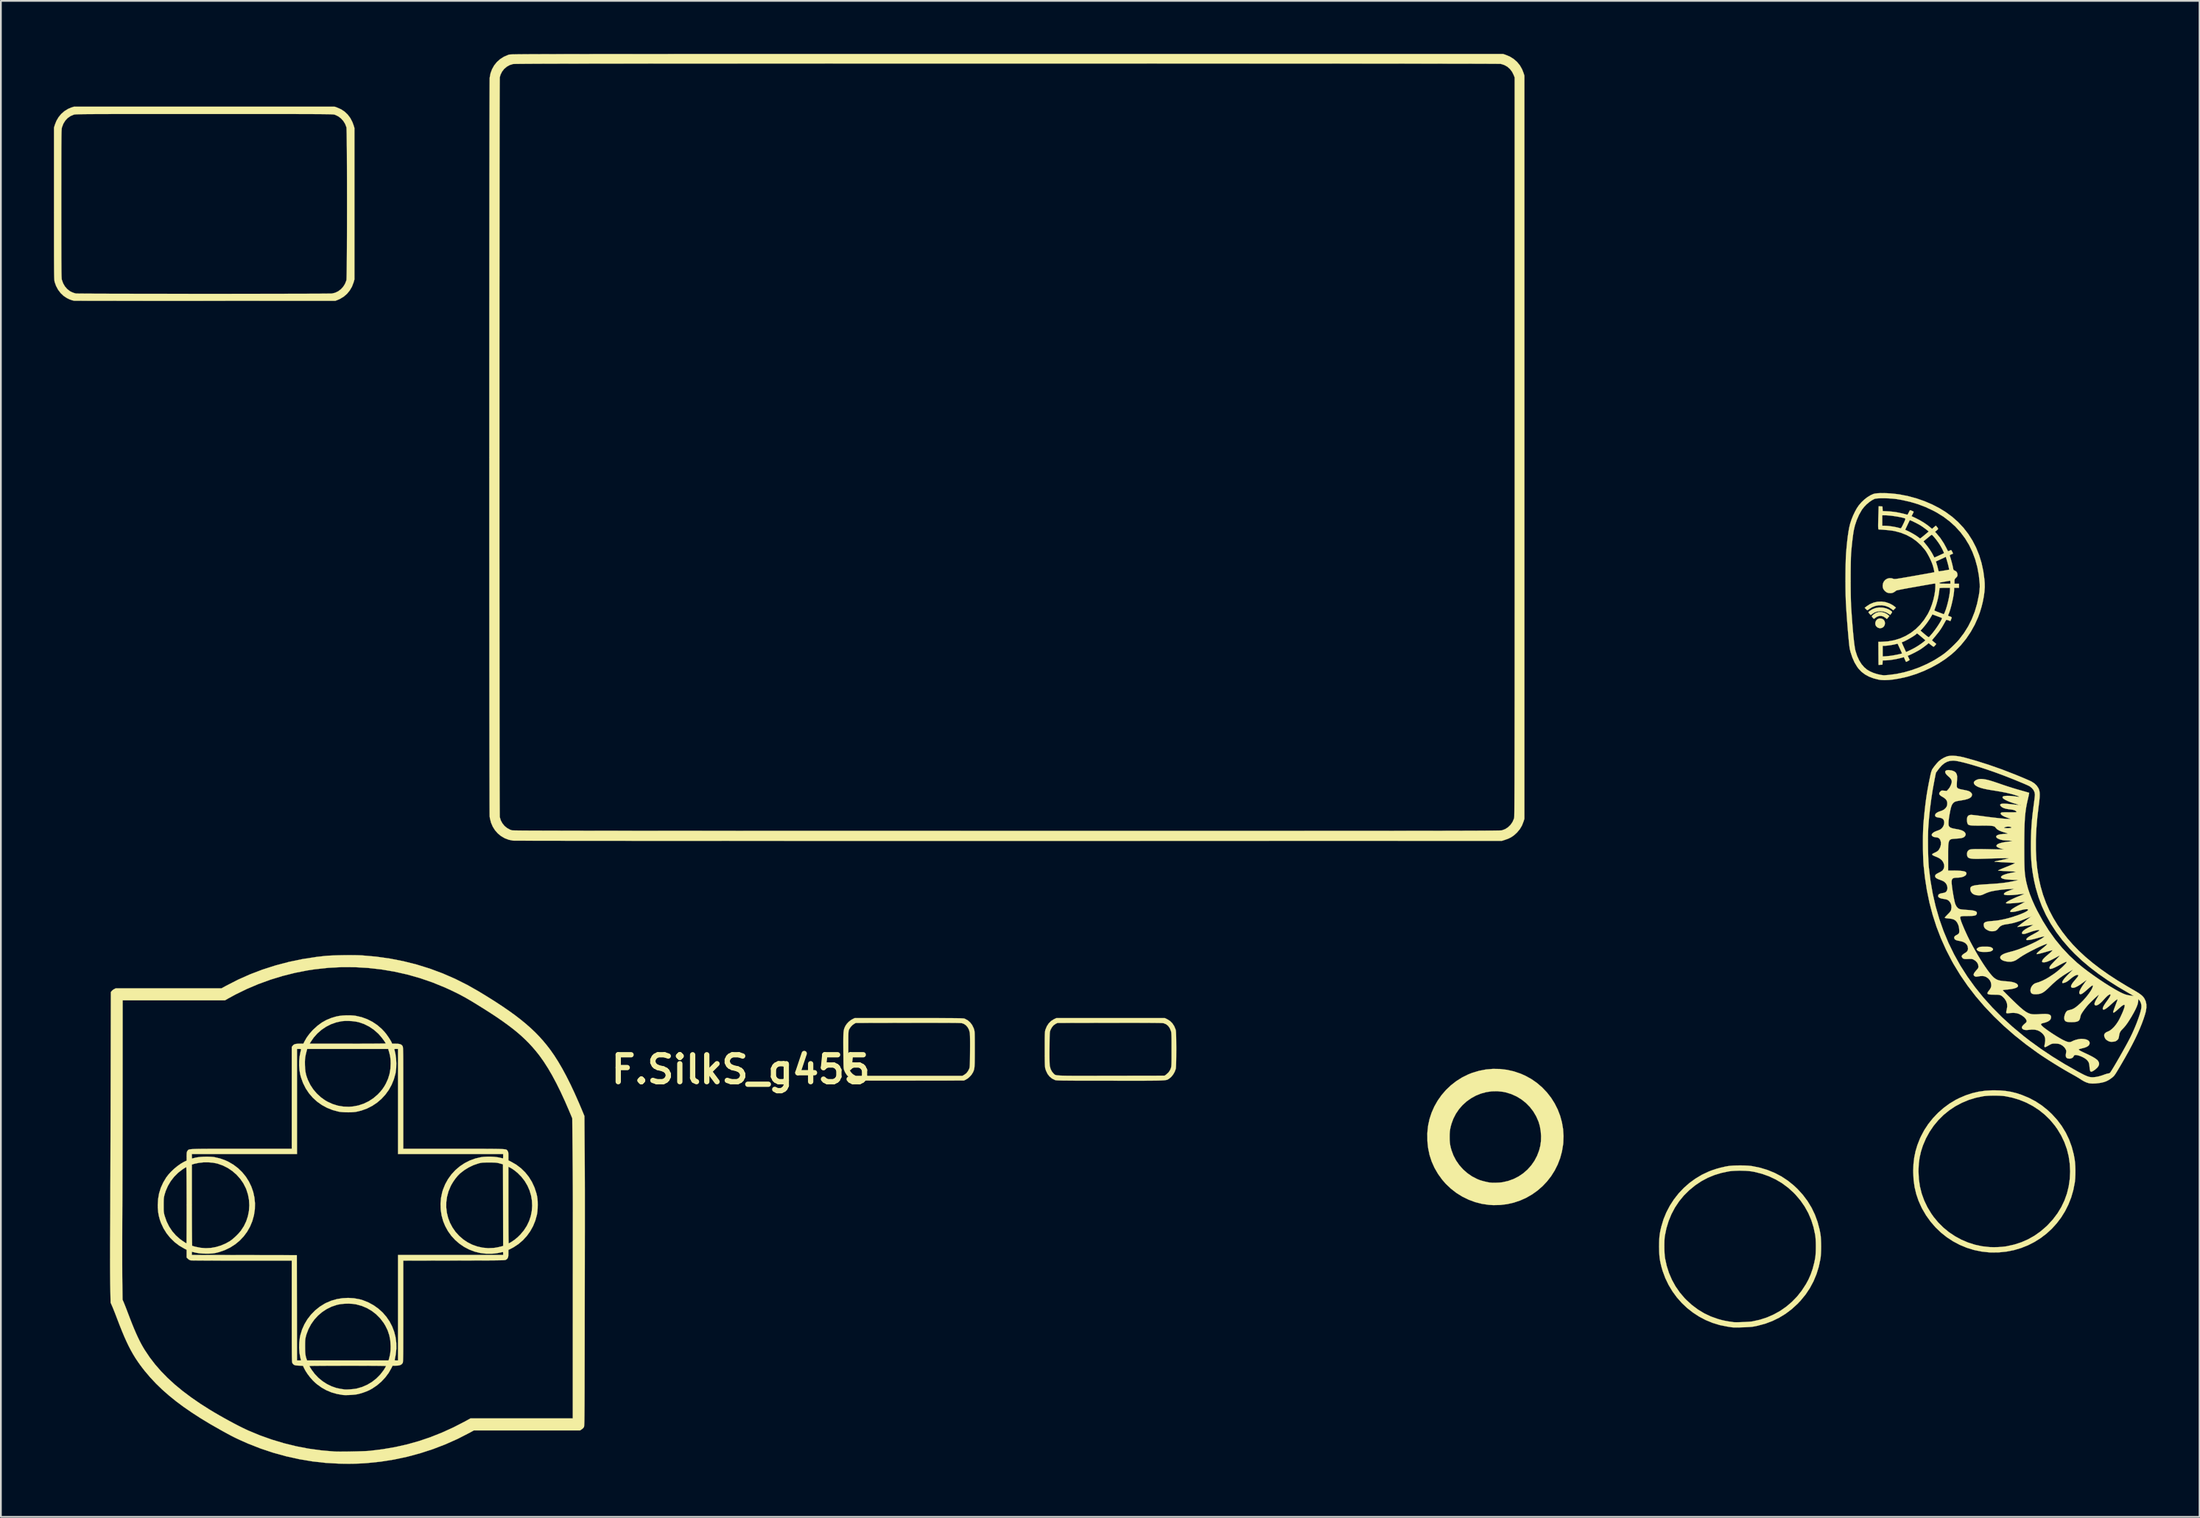
<source format=kicad_pcb>
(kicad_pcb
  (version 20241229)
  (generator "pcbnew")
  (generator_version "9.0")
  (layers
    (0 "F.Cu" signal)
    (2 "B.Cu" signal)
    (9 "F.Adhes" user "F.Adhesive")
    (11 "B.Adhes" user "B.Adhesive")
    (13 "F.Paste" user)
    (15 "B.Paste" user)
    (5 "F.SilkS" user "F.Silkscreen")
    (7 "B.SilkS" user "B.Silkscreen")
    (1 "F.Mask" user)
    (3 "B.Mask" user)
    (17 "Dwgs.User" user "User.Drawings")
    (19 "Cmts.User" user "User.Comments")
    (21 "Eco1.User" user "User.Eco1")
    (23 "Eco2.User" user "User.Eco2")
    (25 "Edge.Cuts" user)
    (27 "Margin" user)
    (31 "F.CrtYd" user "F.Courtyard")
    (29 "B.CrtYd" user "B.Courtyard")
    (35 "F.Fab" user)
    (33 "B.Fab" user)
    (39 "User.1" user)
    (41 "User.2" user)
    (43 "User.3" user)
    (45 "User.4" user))
  (footprint "F.SilkS_g455"
    (layer "F.Cu")
    (at 38.856 57.483)
    (property "Reference" "F.SilkS_g455" (at 0 0 0) (layer "F.SilkS") (effects (font (size 1.524 1.524) (thickness 0.3))))
    (attr through_hole)
    (fp_poly (pts (xy 64.57 -25.512) (xy 64.654 -25.459) (xy 64.71 -25.378) (xy 64.733 -25.273) (xy 64.733 -25.264) (xy 64.716 -25.159) (xy 64.668 -25.073) (xy 64.596 -25.012) (xy 64.507 -24.98) (xy 64.409 -24.98) (xy 64.311 -25.018) (xy 64.308 -25.02) (xy 64.234 -25.086) (xy 64.193 -25.167) (xy 64.182 -25.256) (xy 64.199 -25.344) (xy 64.241 -25.424) (xy 64.307 -25.487) (xy 64.393 -25.525) (xy 64.462 -25.532) (xy 64.57 -25.512)) (stroke (width 0.01) (type solid)) (fill yes) (layer "F.SilkS"))
    (fp_poly (pts (xy 64.669 -25.862) (xy 64.81 -25.8) (xy 64.913 -25.725) (xy 64.982 -25.665) (xy 64.839 -25.497) (xy 64.768 -25.558) (xy 64.647 -25.636) (xy 64.522 -25.673) (xy 64.396 -25.668) (xy 64.273 -25.623) (xy 64.185 -25.562) (xy 64.141 -25.527) (xy 64.113 -25.507) (xy 64.109 -25.506) (xy 64.091 -25.52) (xy 64.055 -25.554) (xy 64.044 -25.565) (xy 64.007 -25.609) (xy 63.988 -25.643) (xy 63.987 -25.648) (xy 64.004 -25.679) (xy 64.048 -25.724) (xy 64.109 -25.773) (xy 64.179 -25.819) (xy 64.24 -25.851) (xy 64.375 -25.89) (xy 64.521 -25.893) (xy 64.669 -25.862)) (stroke (width 0.01) (type solid)) (fill yes) (layer "F.SilkS"))
    (fp_poly (pts (xy 64.593 -26.144) (xy 64.621 -26.139) (xy 64.791 -26.102) (xy 64.938 -26.043) (xy 65.057 -25.971) (xy 65.11 -25.932) (xy 65.133 -25.9) (xy 65.128 -25.865) (xy 65.094 -25.815) (xy 65.068 -25.781) (xy 65.027 -25.729) (xy 64.967 -25.773) (xy 64.81 -25.865) (xy 64.644 -25.921) (xy 64.474 -25.94) (xy 64.306 -25.923) (xy 64.146 -25.869) (xy 64.02 -25.791) (xy 63.928 -25.721) (xy 63.862 -25.789) (xy 63.822 -25.835) (xy 63.799 -25.869) (xy 63.796 -25.877) (xy 63.812 -25.902) (xy 63.849 -25.939) (xy 63.865 -25.952) (xy 64.023 -26.052) (xy 64.202 -26.118) (xy 64.394 -26.15) (xy 64.593 -26.144)) (stroke (width 0.01) (type solid)) (fill yes) (layer "F.SilkS"))
    (fp_poly (pts (xy 64.751 -26.456) (xy 64.965 -26.387) (xy 65.066 -26.339) (xy 65.148 -26.293) (xy 65.225 -26.243) (xy 65.277 -26.203) (xy 65.351 -26.14) (xy 65.276 -26.066) (xy 65.201 -25.991) (xy 65.118 -26.057) (xy 64.951 -26.165) (xy 64.768 -26.237) (xy 64.576 -26.273) (xy 64.381 -26.274) (xy 64.189 -26.238) (xy 64.007 -26.167) (xy 63.865 -26.078) (xy 63.805 -26.034) (xy 63.759 -26.004) (xy 63.737 -25.993) (xy 63.713 -26.007) (xy 63.673 -26.042) (xy 63.653 -26.062) (xy 63.585 -26.131) (xy 63.696 -26.218) (xy 63.888 -26.342) (xy 64.095 -26.428) (xy 64.311 -26.476) (xy 64.531 -26.485) (xy 64.751 -26.456)) (stroke (width 0.01) (type solid)) (fill yes) (layer "F.SilkS"))
    (fp_poly (pts (xy 70.39 -6.953) (xy 70.506 -6.952) (xy 70.59 -6.949) (xy 70.651 -6.943) (xy 70.697 -6.931) (xy 70.738 -6.914) (xy 70.755 -6.905) (xy 70.814 -6.867) (xy 70.841 -6.831) (xy 70.845 -6.805) (xy 70.834 -6.765) (xy 70.797 -6.73) (xy 70.755 -6.706) (xy 70.707 -6.684) (xy 70.654 -6.67) (xy 70.587 -6.66) (xy 70.494 -6.655) (xy 70.421 -6.653) (xy 70.276 -6.653) (xy 70.166 -6.66) (xy 70.086 -6.677) (xy 70.081 -6.678) (xy 69.997 -6.714) (xy 69.941 -6.757) (xy 69.919 -6.802) (xy 69.926 -6.833) (xy 69.958 -6.864) (xy 70.012 -6.9) (xy 70.031 -6.911) (xy 70.073 -6.929) (xy 70.12 -6.941) (xy 70.181 -6.949) (xy 70.266 -6.952) (xy 70.384 -6.953) (xy 70.39 -6.953)) (stroke (width 0.01) (type solid)) (fill yes) (layer "F.SilkS"))
    (fp_poly (pts (xy 42.953 -0.029) (xy 43.347 0.018) (xy 43.734 0.105) (xy 44.113 0.233) (xy 44.378 0.349) (xy 44.724 0.539) (xy 45.044 0.762) (xy 45.338 1.014) (xy 45.604 1.293) (xy 45.841 1.596) (xy 46.045 1.92) (xy 46.218 2.263) (xy 46.355 2.621) (xy 46.457 2.992) (xy 46.522 3.373) (xy 46.547 3.762) (xy 46.533 4.155) (xy 46.523 4.244) (xy 46.458 4.64) (xy 46.355 5.019) (xy 46.216 5.38) (xy 46.044 5.722) (xy 45.842 6.042) (xy 45.61 6.339) (xy 45.352 6.611) (xy 45.069 6.856) (xy 44.763 7.073) (xy 44.437 7.26) (xy 44.094 7.414) (xy 43.734 7.535) (xy 43.36 7.62) (xy 42.975 7.668) (xy 42.58 7.677) (xy 42.312 7.66) (xy 41.922 7.602) (xy 41.541 7.503) (xy 41.172 7.366) (xy 40.819 7.193) (xy 40.485 6.985) (xy 40.174 6.743) (xy 39.888 6.471) (xy 39.688 6.243) (xy 39.449 5.913) (xy 39.249 5.568) (xy 39.088 5.209) (xy 38.967 4.835) (xy 38.886 4.445) (xy 38.844 4.041) (xy 38.843 3.821) (xy 40.103 3.821) (xy 40.106 3.998) (xy 40.117 4.148) (xy 40.137 4.287) (xy 40.169 4.43) (xy 40.208 4.568) (xy 40.32 4.868) (xy 40.469 5.151) (xy 40.652 5.415) (xy 40.865 5.654) (xy 41.106 5.867) (xy 41.371 6.05) (xy 41.657 6.198) (xy 41.789 6.252) (xy 41.877 6.281) (xy 41.992 6.314) (xy 42.119 6.346) (xy 42.242 6.374) (xy 42.347 6.394) (xy 42.386 6.399) (xy 42.499 6.408) (xy 42.638 6.41) (xy 42.788 6.407) (xy 42.935 6.399) (xy 43.063 6.385) (xy 43.095 6.381) (xy 43.416 6.308) (xy 43.72 6.198) (xy 44.005 6.053) (xy 44.268 5.875) (xy 44.506 5.667) (xy 44.718 5.431) (xy 44.9 5.17) (xy 45.05 4.886) (xy 45.166 4.582) (xy 45.233 4.32) (xy 45.27 4.052) (xy 45.277 3.767) (xy 45.255 3.479) (xy 45.206 3.2) (xy 45.135 2.958) (xy 45.004 2.656) (xy 44.84 2.376) (xy 44.643 2.12) (xy 44.418 1.892) (xy 44.167 1.693) (xy 43.893 1.526) (xy 43.599 1.393) (xy 43.288 1.297) (xy 43.118 1.262) (xy 42.8 1.228) (xy 42.485 1.235) (xy 42.177 1.28) (xy 41.878 1.361) (xy 41.591 1.477) (xy 41.321 1.625) (xy 41.069 1.803) (xy 40.839 2.01) (xy 40.635 2.244) (xy 40.459 2.502) (xy 40.314 2.783) (xy 40.209 3.069) (xy 40.165 3.229) (xy 40.134 3.371) (xy 40.115 3.51) (xy 40.105 3.662) (xy 40.103 3.821) (xy 38.843 3.821) (xy 38.841 3.621) (xy 38.845 3.556) (xy 38.886 3.173) (xy 38.967 2.799) (xy 39.086 2.437) (xy 39.241 2.089) (xy 39.43 1.757) (xy 39.65 1.446) (xy 39.9 1.157) (xy 40.178 0.893) (xy 40.481 0.657) (xy 40.807 0.451) (xy 41.155 0.279) (xy 41.381 0.19) (xy 41.768 0.074) (xy 42.161 -0.002) (xy 42.557 -0.036) (xy 42.953 -0.029)) (stroke (width 0.01) (type solid)) (fill yes) (layer "F.SilkS"))
    (fp_poly (pts (xy 71.257 1.187) (xy 71.567 1.215) (xy 71.862 1.263) (xy 72.152 1.334) (xy 72.448 1.43) (xy 72.464 1.436) (xy 72.869 1.603) (xy 73.248 1.802) (xy 73.603 2.035) (xy 73.939 2.304) (xy 74.172 2.523) (xy 74.47 2.85) (xy 74.732 3.199) (xy 74.957 3.569) (xy 75.145 3.959) (xy 75.296 4.37) (xy 75.41 4.799) (xy 75.462 5.08) (xy 75.485 5.266) (xy 75.499 5.48) (xy 75.506 5.708) (xy 75.504 5.938) (xy 75.495 6.156) (xy 75.477 6.349) (xy 75.471 6.392) (xy 75.386 6.828) (xy 75.265 7.246) (xy 75.108 7.644) (xy 74.919 8.022) (xy 74.698 8.377) (xy 74.447 8.708) (xy 74.17 9.014) (xy 73.866 9.292) (xy 73.539 9.542) (xy 73.19 9.761) (xy 72.822 9.949) (xy 72.435 10.103) (xy 72.033 10.223) (xy 71.616 10.305) (xy 71.187 10.35) (xy 70.748 10.356) (xy 70.612 10.349) (xy 70.181 10.302) (xy 69.762 10.214) (xy 69.355 10.088) (xy 68.963 9.925) (xy 68.589 9.727) (xy 68.234 9.495) (xy 67.902 9.231) (xy 67.593 8.935) (xy 67.312 8.61) (xy 67.059 8.258) (xy 66.837 7.879) (xy 66.796 7.798) (xy 66.629 7.425) (xy 66.501 7.046) (xy 66.409 6.656) (xy 66.352 6.25) (xy 66.331 5.824) (xy 66.331 5.768) (xy 66.628 5.768) (xy 66.649 6.2) (xy 66.709 6.617) (xy 66.809 7.021) (xy 66.95 7.412) (xy 67.131 7.79) (xy 67.352 8.156) (xy 67.484 8.343) (xy 67.745 8.659) (xy 68.036 8.948) (xy 68.353 9.208) (xy 68.694 9.436) (xy 69.054 9.632) (xy 69.431 9.793) (xy 69.821 9.917) (xy 70.221 10.004) (xy 70.626 10.049) (xy 70.665 10.052) (xy 70.894 10.057) (xy 71.13 10.052) (xy 71.357 10.037) (xy 71.563 10.013) (xy 71.623 10.003) (xy 72.048 9.908) (xy 72.45 9.777) (xy 72.829 9.611) (xy 73.189 9.408) (xy 73.529 9.168) (xy 73.853 8.889) (xy 73.948 8.797) (xy 74.24 8.477) (xy 74.495 8.137) (xy 74.711 7.78) (xy 74.889 7.406) (xy 75.028 7.016) (xy 75.127 6.611) (xy 75.187 6.192) (xy 75.207 5.768) (xy 75.186 5.336) (xy 75.126 4.916) (xy 75.025 4.509) (xy 74.883 4.115) (xy 74.702 3.735) (xy 74.481 3.369) (xy 74.329 3.157) (xy 74.062 2.839) (xy 73.766 2.551) (xy 73.442 2.292) (xy 73.093 2.065) (xy 72.723 1.872) (xy 72.332 1.713) (xy 71.925 1.591) (xy 71.543 1.513) (xy 71.397 1.495) (xy 71.221 1.483) (xy 71.027 1.477) (xy 70.826 1.477) (xy 70.63 1.482) (xy 70.452 1.494) (xy 70.302 1.511) (xy 70.296 1.512) (xy 69.874 1.599) (xy 69.468 1.723) (xy 69.081 1.885) (xy 68.714 2.08) (xy 68.369 2.31) (xy 68.049 2.57) (xy 67.756 2.861) (xy 67.49 3.18) (xy 67.255 3.526) (xy 67.052 3.896) (xy 66.883 4.291) (xy 66.873 4.318) (xy 66.767 4.65) (xy 66.692 4.982) (xy 66.646 5.324) (xy 66.628 5.687) (xy 66.628 5.768) (xy 66.331 5.768) (xy 66.33 5.747) (xy 66.345 5.353) (xy 66.388 4.983) (xy 66.461 4.627) (xy 66.566 4.276) (xy 66.706 3.92) (xy 66.766 3.789) (xy 66.956 3.43) (xy 67.183 3.085) (xy 67.444 2.759) (xy 67.733 2.455) (xy 68.047 2.178) (xy 68.381 1.931) (xy 68.733 1.719) (xy 68.94 1.615) (xy 69.306 1.459) (xy 69.666 1.34) (xy 70.029 1.255) (xy 70.403 1.202) (xy 70.798 1.179) (xy 70.919 1.178) (xy 71.257 1.187)) (stroke (width 0.01) (type solid)) (fill yes) (layer "F.SilkS"))
    (fp_poly (pts (xy 9.937 -2.91) (xy 10.319 -2.91) (xy 10.663 -2.91) (xy 10.971 -2.91) (xy 11.245 -2.909) (xy 11.487 -2.909) (xy 11.7 -2.908) (xy 11.884 -2.907) (xy 12.043 -2.906) (xy 12.178 -2.904) (xy 12.291 -2.903) (xy 12.385 -2.901) (xy 12.461 -2.898) (xy 12.522 -2.895) (xy 12.57 -2.892) (xy 12.607 -2.889) (xy 12.634 -2.885) (xy 12.655 -2.88) (xy 12.67 -2.876) (xy 12.674 -2.874) (xy 12.837 -2.786) (xy 12.978 -2.665) (xy 13.093 -2.513) (xy 13.178 -2.337) (xy 13.189 -2.304) (xy 13.201 -2.267) (xy 13.21 -2.233) (xy 13.218 -2.197) (xy 13.225 -2.156) (xy 13.23 -2.104) (xy 13.234 -2.038) (xy 13.236 -1.955) (xy 13.238 -1.848) (xy 13.239 -1.716) (xy 13.24 -1.553) (xy 13.24 -1.355) (xy 13.24 -1.154) (xy 13.24 -0.907) (xy 13.239 -0.699) (xy 13.237 -0.525) (xy 13.235 -0.381) (xy 13.23 -0.263) (xy 13.224 -0.167) (xy 13.216 -0.089) (xy 13.205 -0.024) (xy 13.191 0.031) (xy 13.174 0.08) (xy 13.153 0.128) (xy 13.129 0.178) (xy 13.056 0.293) (xy 12.957 0.406) (xy 12.846 0.502) (xy 12.745 0.566) (xy 12.626 0.624) (xy 9.557 0.628) (xy 9.126 0.629) (xy 8.737 0.629) (xy 8.385 0.629) (xy 8.07 0.629) (xy 7.789 0.629) (xy 7.541 0.629) (xy 7.324 0.628) (xy 7.135 0.627) (xy 6.972 0.626) (xy 6.834 0.624) (xy 6.719 0.622) (xy 6.625 0.62) (xy 6.549 0.617) (xy 6.49 0.614) (xy 6.446 0.611) (xy 6.415 0.607) (xy 6.394 0.603) (xy 6.392 0.603) (xy 6.251 0.539) (xy 6.119 0.439) (xy 6.001 0.312) (xy 5.906 0.164) (xy 5.852 0.042) (xy 5.843 0.013) (xy 5.834 -0.019) (xy 5.828 -0.057) (xy 5.822 -0.105) (xy 5.818 -0.167) (xy 5.814 -0.248) (xy 5.812 -0.351) (xy 5.809 -0.48) (xy 5.808 -0.639) (xy 5.806 -0.833) (xy 5.804 -1.064) (xy 5.804 -1.084) (xy 5.804 -1.143) (xy 6.085 -1.143) (xy 6.085 -0.116) (xy 6.14 0.001) (xy 6.226 0.147) (xy 6.328 0.256) (xy 6.419 0.315) (xy 6.509 0.36) (xy 12.541 0.359) (xy 12.651 0.296) (xy 12.762 0.212) (xy 12.855 0.093) (xy 12.924 -0.042) (xy 12.934 -0.068) (xy 12.942 -0.097) (xy 12.949 -0.134) (xy 12.954 -0.182) (xy 12.959 -0.247) (xy 12.962 -0.331) (xy 12.965 -0.44) (xy 12.967 -0.576) (xy 12.969 -0.745) (xy 12.971 -0.951) (xy 12.972 -1.048) (xy 12.973 -1.316) (xy 12.973 -1.544) (xy 12.972 -1.732) (xy 12.969 -1.882) (xy 12.964 -1.996) (xy 12.958 -2.074) (xy 12.954 -2.099) (xy 12.91 -2.256) (xy 12.836 -2.392) (xy 12.739 -2.503) (xy 12.622 -2.583) (xy 12.504 -2.624) (xy 12.471 -2.627) (xy 12.407 -2.63) (xy 12.311 -2.633) (xy 12.182 -2.636) (xy 12.019 -2.638) (xy 11.822 -2.639) (xy 11.588 -2.641) (xy 11.319 -2.641) (xy 11.011 -2.642) (xy 10.665 -2.642) (xy 10.28 -2.642) (xy 9.853 -2.642) (xy 9.451 -2.641) (xy 6.509 -2.635) (xy 6.423 -2.589) (xy 6.322 -2.518) (xy 6.228 -2.419) (xy 6.15 -2.305) (xy 6.132 -2.268) (xy 6.121 -2.245) (xy 6.112 -2.221) (xy 6.105 -2.193) (xy 6.099 -2.156) (xy 6.095 -2.108) (xy 6.091 -2.043) (xy 6.089 -1.959) (xy 6.087 -1.851) (xy 6.086 -1.716) (xy 6.086 -1.55) (xy 6.085 -1.348) (xy 6.085 -1.143) (xy 5.804 -1.143) (xy 5.803 -1.333) (xy 5.802 -1.545) (xy 5.803 -1.721) (xy 5.805 -1.868) (xy 5.808 -1.989) (xy 5.814 -2.088) (xy 5.823 -2.169) (xy 5.834 -2.237) (xy 5.848 -2.294) (xy 5.866 -2.346) (xy 5.888 -2.397) (xy 5.913 -2.45) (xy 5.92 -2.463) (xy 5.996 -2.579) (xy 6.1 -2.692) (xy 6.22 -2.789) (xy 6.318 -2.848) (xy 6.445 -2.91) (xy 9.514 -2.91) (xy 9.937 -2.91)) (stroke (width 0.01) (type solid)) (fill yes) (layer "F.SilkS"))
    (fp_poly (pts (xy 24.133 -2.842) (xy 24.29 -2.742) (xy 24.421 -2.61) (xy 24.526 -2.448) (xy 24.601 -2.261) (xy 24.609 -2.233) (xy 24.616 -2.183) (xy 24.623 -2.097) (xy 24.628 -1.978) (xy 24.633 -1.834) (xy 24.636 -1.669) (xy 24.638 -1.488) (xy 24.64 -1.297) (xy 24.64 -1.102) (xy 24.639 -0.908) (xy 24.638 -0.72) (xy 24.635 -0.543) (xy 24.631 -0.383) (xy 24.626 -0.246) (xy 24.621 -0.136) (xy 24.614 -0.06) (xy 24.608 -0.029) (xy 24.548 0.134) (xy 24.461 0.287) (xy 24.353 0.418) (xy 24.249 0.506) (xy 24.225 0.523) (xy 24.203 0.539) (xy 24.181 0.553) (xy 24.158 0.566) (xy 24.131 0.578) (xy 24.098 0.588) (xy 24.057 0.596) (xy 24.006 0.604) (xy 23.942 0.611) (xy 23.865 0.616) (xy 23.771 0.621) (xy 23.659 0.625) (xy 23.526 0.628) (xy 23.37 0.63) (xy 23.19 0.632) (xy 22.983 0.633) (xy 22.746 0.634) (xy 22.479 0.634) (xy 22.179 0.634) (xy 21.843 0.634) (xy 21.469 0.634) (xy 21.057 0.633) (xy 20.904 0.633) (xy 20.483 0.633) (xy 20.103 0.633) (xy 19.761 0.632) (xy 19.456 0.632) (xy 19.184 0.631) (xy 18.944 0.631) (xy 18.734 0.63) (xy 18.552 0.628) (xy 18.395 0.627) (xy 18.262 0.626) (xy 18.15 0.624) (xy 18.057 0.621) (xy 17.982 0.619) (xy 17.922 0.616) (xy 17.876 0.613) (xy 17.84 0.609) (xy 17.813 0.605) (xy 17.793 0.601) (xy 17.779 0.596) (xy 17.612 0.513) (xy 17.471 0.397) (xy 17.356 0.249) (xy 17.269 0.069) (xy 17.227 -0.064) (xy 17.22 -0.101) (xy 17.214 -0.155) (xy 17.209 -0.226) (xy 17.205 -0.32) (xy 17.202 -0.44) (xy 17.2 -0.589) (xy 17.199 -0.77) (xy 17.198 -0.975) (xy 17.465 -0.975) (xy 17.465 -0.751) (xy 17.467 -0.561) (xy 17.47 -0.408) (xy 17.475 -0.293) (xy 17.481 -0.218) (xy 17.483 -0.209) (xy 17.528 -0.032) (xy 17.604 0.117) (xy 17.688 0.216) (xy 17.707 0.235) (xy 17.723 0.253) (xy 17.739 0.269) (xy 17.756 0.283) (xy 17.776 0.296) (xy 17.801 0.307) (xy 17.835 0.316) (xy 17.877 0.325) (xy 17.932 0.332) (xy 18 0.338) (xy 18.085 0.343) (xy 18.187 0.347) (xy 18.309 0.35) (xy 18.454 0.353) (xy 18.623 0.354) (xy 18.818 0.356) (xy 19.042 0.356) (xy 19.296 0.356) (xy 19.582 0.356) (xy 19.904 0.356) (xy 20.262 0.355) (xy 20.659 0.354) (xy 20.948 0.354) (xy 23.978 0.349) (xy 24.069 0.285) (xy 24.192 0.174) (xy 24.287 0.037) (xy 24.336 -0.081) (xy 24.345 -0.114) (xy 24.353 -0.151) (xy 24.359 -0.198) (xy 24.364 -0.257) (xy 24.367 -0.333) (xy 24.37 -0.431) (xy 24.372 -0.555) (xy 24.373 -0.707) (xy 24.373 -0.894) (xy 24.373 -1.119) (xy 24.373 -1.132) (xy 24.373 -1.36) (xy 24.373 -1.549) (xy 24.372 -1.704) (xy 24.37 -1.83) (xy 24.367 -1.929) (xy 24.363 -2.007) (xy 24.359 -2.067) (xy 24.353 -2.114) (xy 24.345 -2.151) (xy 24.337 -2.18) (xy 24.27 -2.342) (xy 24.18 -2.469) (xy 24.067 -2.561) (xy 23.933 -2.616) (xy 23.895 -2.625) (xy 23.854 -2.628) (xy 23.771 -2.631) (xy 23.647 -2.634) (xy 23.481 -2.636) (xy 23.274 -2.638) (xy 23.026 -2.64) (xy 22.738 -2.641) (xy 22.409 -2.642) (xy 22.041 -2.642) (xy 21.634 -2.642) (xy 21.187 -2.641) (xy 20.848 -2.641) (xy 17.918 -2.635) (xy 17.817 -2.586) (xy 17.705 -2.508) (xy 17.608 -2.397) (xy 17.532 -2.26) (xy 17.52 -2.23) (xy 17.509 -2.198) (xy 17.499 -2.165) (xy 17.492 -2.128) (xy 17.485 -2.082) (xy 17.481 -2.023) (xy 17.477 -1.946) (xy 17.474 -1.847) (xy 17.472 -1.721) (xy 17.47 -1.565) (xy 17.468 -1.373) (xy 17.467 -1.232) (xy 17.465 -0.975) (xy 17.198 -0.975) (xy 17.198 -0.989) (xy 17.198 -1.154) (xy 17.198 -1.385) (xy 17.198 -1.578) (xy 17.199 -1.737) (xy 17.201 -1.866) (xy 17.203 -1.968) (xy 17.207 -2.049) (xy 17.211 -2.113) (xy 17.216 -2.162) (xy 17.223 -2.202) (xy 17.232 -2.236) (xy 17.237 -2.254) (xy 17.315 -2.445) (xy 17.422 -2.609) (xy 17.557 -2.744) (xy 17.716 -2.845) (xy 17.732 -2.853) (xy 17.854 -2.91) (xy 23.992 -2.91) (xy 24.133 -2.842)) (stroke (width 0.01) (type solid)) (fill yes) (layer "F.SilkS"))
    (fp_poly (pts (xy 56.78 5.433) (xy 56.97 5.442) (xy 57.137 5.457) (xy 57.224 5.469) (xy 57.671 5.561) (xy 58.095 5.69) (xy 58.499 5.856) (xy 58.881 6.057) (xy 59.242 6.296) (xy 59.581 6.571) (xy 59.789 6.767) (xy 60.088 7.097) (xy 60.351 7.448) (xy 60.577 7.819) (xy 60.766 8.211) (xy 60.917 8.624) (xy 61.032 9.057) (xy 61.079 9.303) (xy 61.098 9.447) (xy 61.11 9.622) (xy 61.118 9.818) (xy 61.121 10.024) (xy 61.118 10.23) (xy 61.11 10.424) (xy 61.096 10.597) (xy 61.08 10.721) (xy 60.987 11.163) (xy 60.856 11.586) (xy 60.688 11.989) (xy 60.483 12.372) (xy 60.241 12.735) (xy 59.962 13.076) (xy 59.786 13.262) (xy 59.458 13.562) (xy 59.111 13.824) (xy 58.743 14.049) (xy 58.356 14.238) (xy 57.947 14.39) (xy 57.516 14.506) (xy 57.277 14.553) (xy 57.2 14.563) (xy 57.092 14.572) (xy 56.96 14.58) (xy 56.813 14.588) (xy 56.66 14.593) (xy 56.508 14.598) (xy 56.365 14.6) (xy 56.241 14.6) (xy 56.143 14.597) (xy 56.081 14.592) (xy 56.033 14.585) (xy 55.956 14.573) (xy 55.862 14.559) (xy 55.806 14.55) (xy 55.387 14.466) (xy 54.981 14.342) (xy 54.591 14.182) (xy 54.22 13.986) (xy 53.869 13.758) (xy 53.539 13.499) (xy 53.235 13.211) (xy 52.957 12.896) (xy 52.708 12.555) (xy 52.49 12.192) (xy 52.305 11.807) (xy 52.155 11.403) (xy 52.092 11.187) (xy 52.047 11.004) (xy 52.012 10.838) (xy 51.986 10.676) (xy 51.969 10.508) (xy 51.959 10.324) (xy 51.955 10.113) (xy 51.954 10.033) (xy 52.251 10.033) (xy 52.254 10.214) (xy 52.261 10.387) (xy 52.272 10.54) (xy 52.287 10.664) (xy 52.289 10.679) (xy 52.383 11.109) (xy 52.513 11.518) (xy 52.681 11.907) (xy 52.884 12.275) (xy 53.124 12.62) (xy 53.399 12.944) (xy 53.494 13.041) (xy 53.813 13.332) (xy 54.151 13.585) (xy 54.507 13.801) (xy 54.883 13.979) (xy 55.28 14.12) (xy 55.499 14.181) (xy 55.62 14.209) (xy 55.75 14.235) (xy 55.87 14.257) (xy 55.933 14.266) (xy 56.021 14.278) (xy 56.096 14.289) (xy 56.145 14.297) (xy 56.155 14.299) (xy 56.201 14.303) (xy 56.281 14.305) (xy 56.387 14.305) (xy 56.513 14.302) (xy 56.649 14.297) (xy 56.789 14.291) (xy 56.925 14.284) (xy 57.048 14.276) (xy 57.151 14.267) (xy 57.227 14.258) (xy 57.235 14.256) (xy 57.655 14.163) (xy 58.058 14.032) (xy 58.443 13.863) (xy 58.808 13.66) (xy 59.15 13.422) (xy 59.468 13.151) (xy 59.76 12.85) (xy 60.023 12.518) (xy 60.257 12.158) (xy 60.4 11.896) (xy 60.531 11.599) (xy 60.644 11.271) (xy 60.735 10.921) (xy 60.783 10.678) (xy 60.801 10.543) (xy 60.813 10.378) (xy 60.82 10.191) (xy 60.822 9.995) (xy 60.819 9.8) (xy 60.81 9.617) (xy 60.797 9.455) (xy 60.783 9.356) (xy 60.691 8.926) (xy 60.562 8.517) (xy 60.396 8.128) (xy 60.192 7.76) (xy 59.952 7.413) (xy 59.675 7.086) (xy 59.57 6.977) (xy 59.257 6.693) (xy 58.92 6.442) (xy 58.559 6.227) (xy 58.178 6.047) (xy 57.778 5.904) (xy 57.361 5.798) (xy 57.182 5.766) (xy 57.027 5.747) (xy 56.843 5.734) (xy 56.643 5.728) (xy 56.436 5.727) (xy 56.236 5.734) (xy 56.055 5.746) (xy 55.903 5.765) (xy 55.901 5.765) (xy 55.48 5.853) (xy 55.083 5.974) (xy 54.709 6.128) (xy 54.352 6.318) (xy 54.01 6.546) (xy 53.986 6.564) (xy 53.652 6.838) (xy 53.351 7.137) (xy 53.084 7.462) (xy 52.852 7.811) (xy 52.654 8.183) (xy 52.492 8.577) (xy 52.366 8.991) (xy 52.279 9.419) (xy 52.265 9.535) (xy 52.256 9.683) (xy 52.252 9.852) (xy 52.251 10.033) (xy 51.954 10.033) (xy 51.954 10.012) (xy 51.956 9.801) (xy 51.962 9.622) (xy 51.973 9.463) (xy 51.992 9.314) (xy 52.018 9.163) (xy 52.054 8.998) (xy 52.083 8.879) (xy 52.206 8.472) (xy 52.368 8.079) (xy 52.565 7.704) (xy 52.796 7.348) (xy 53.057 7.015) (xy 53.348 6.708) (xy 53.665 6.427) (xy 54.007 6.178) (xy 54.37 5.96) (xy 54.753 5.779) (xy 54.949 5.703) (xy 55.19 5.623) (xy 55.447 5.552) (xy 55.699 5.495) (xy 55.852 5.467) (xy 55.998 5.45) (xy 56.174 5.437) (xy 56.371 5.431) (xy 56.577 5.429) (xy 56.78 5.433)) (stroke (width 0.01) (type solid)) (fill yes) (layer "F.SilkS"))
    (fp_poly (pts (xy 64.832 -32.618) (xy 65.037 -32.606) (xy 65.246 -32.587) (xy 65.452 -32.563) (xy 65.582 -32.544) (xy 66.051 -32.45) (xy 66.516 -32.324) (xy 66.97 -32.166) (xy 67.406 -31.979) (xy 67.818 -31.766) (xy 68.157 -31.558) (xy 68.527 -31.287) (xy 68.865 -30.989) (xy 69.17 -30.664) (xy 69.443 -30.313) (xy 69.682 -29.937) (xy 69.887 -29.538) (xy 70.058 -29.115) (xy 70.194 -28.671) (xy 70.295 -28.205) (xy 70.36 -27.718) (xy 70.375 -27.525) (xy 70.378 -27.299) (xy 70.36 -27.045) (xy 70.323 -26.771) (xy 70.268 -26.484) (xy 70.197 -26.193) (xy 70.111 -25.906) (xy 70.012 -25.63) (xy 70.005 -25.612) (xy 69.811 -25.177) (xy 69.582 -24.766) (xy 69.321 -24.378) (xy 69.028 -24.018) (xy 68.706 -23.686) (xy 68.474 -23.481) (xy 68.132 -23.22) (xy 67.757 -22.977) (xy 67.356 -22.755) (xy 66.937 -22.558) (xy 66.506 -22.389) (xy 66.071 -22.252) (xy 65.848 -22.195) (xy 65.525 -22.127) (xy 65.226 -22.077) (xy 64.954 -22.047) (xy 64.712 -22.037) (xy 64.503 -22.047) (xy 64.378 -22.065) (xy 64.087 -22.139) (xy 63.829 -22.237) (xy 63.603 -22.36) (xy 63.406 -22.509) (xy 63.238 -22.686) (xy 63.161 -22.789) (xy 63.01 -23.04) (xy 62.884 -23.325) (xy 62.781 -23.64) (xy 62.741 -23.802) (xy 62.73 -23.866) (xy 62.717 -23.969) (xy 62.701 -24.105) (xy 62.685 -24.27) (xy 62.667 -24.461) (xy 62.648 -24.673) (xy 62.629 -24.9) (xy 62.609 -25.141) (xy 62.59 -25.389) (xy 62.572 -25.641) (xy 62.554 -25.892) (xy 62.538 -26.138) (xy 62.524 -26.375) (xy 62.523 -26.384) (xy 62.515 -26.567) (xy 62.508 -26.78) (xy 62.503 -27.018) (xy 62.499 -27.274) (xy 62.498 -27.542) (xy 62.497 -27.814) (xy 62.498 -27.881) (xy 62.791 -27.881) (xy 62.791 -27.627) (xy 62.792 -27.373) (xy 62.794 -27.127) (xy 62.797 -26.893) (xy 62.801 -26.676) (xy 62.806 -26.482) (xy 62.812 -26.317) (xy 62.818 -26.194) (xy 62.844 -25.802) (xy 62.87 -25.436) (xy 62.897 -25.098) (xy 62.923 -24.79) (xy 62.949 -24.514) (xy 62.975 -24.27) (xy 63 -24.063) (xy 63.025 -23.892) (xy 63.048 -23.76) (xy 63.065 -23.689) (xy 63.158 -23.405) (xy 63.273 -23.154) (xy 63.408 -22.939) (xy 63.563 -22.76) (xy 63.722 -22.628) (xy 63.887 -22.532) (xy 64.08 -22.447) (xy 64.29 -22.38) (xy 64.504 -22.332) (xy 64.664 -22.312) (xy 64.697 -22.313) (xy 64.762 -22.317) (xy 64.85 -22.324) (xy 64.939 -22.331) (xy 65.373 -22.388) (xy 65.814 -22.481) (xy 66.257 -22.609) (xy 66.694 -22.768) (xy 67.119 -22.957) (xy 67.525 -23.171) (xy 67.904 -23.41) (xy 68.09 -23.543) (xy 68.213 -23.641) (xy 68.353 -23.763) (xy 68.501 -23.899) (xy 68.646 -24.04) (xy 68.781 -24.177) (xy 68.895 -24.301) (xy 68.928 -24.34) (xy 69.202 -24.701) (xy 69.44 -25.083) (xy 69.643 -25.487) (xy 69.811 -25.914) (xy 69.944 -26.364) (xy 70.043 -26.839) (xy 70.074 -27.04) (xy 70.096 -27.311) (xy 70.093 -27.485) (xy 70.043 -27.97) (xy 69.957 -28.434) (xy 69.836 -28.876) (xy 69.68 -29.295) (xy 69.49 -29.69) (xy 69.265 -30.061) (xy 69.006 -30.408) (xy 68.715 -30.729) (xy 68.39 -31.024) (xy 68.033 -31.293) (xy 67.643 -31.534) (xy 67.441 -31.641) (xy 67.026 -31.835) (xy 66.603 -31.996) (xy 66.165 -32.127) (xy 65.704 -32.231) (xy 65.412 -32.282) (xy 65.273 -32.3) (xy 65.117 -32.314) (xy 64.952 -32.324) (xy 64.784 -32.331) (xy 64.621 -32.333) (xy 64.469 -32.331) (xy 64.337 -32.325) (xy 64.23 -32.315) (xy 64.156 -32.301) (xy 64.142 -32.296) (xy 63.996 -32.221) (xy 63.843 -32.115) (xy 63.692 -31.987) (xy 63.555 -31.846) (xy 63.44 -31.7) (xy 63.42 -31.67) (xy 63.265 -31.397) (xy 63.134 -31.098) (xy 63.03 -30.785) (xy 62.972 -30.538) (xy 62.949 -30.404) (xy 62.924 -30.235) (xy 62.899 -30.039) (xy 62.874 -29.826) (xy 62.851 -29.603) (xy 62.83 -29.379) (xy 62.818 -29.242) (xy 62.811 -29.131) (xy 62.805 -28.983) (xy 62.801 -28.804) (xy 62.797 -28.598) (xy 62.794 -28.372) (xy 62.792 -28.132) (xy 62.791 -27.881) (xy 62.498 -27.881) (xy 62.499 -28.086) (xy 62.502 -28.35) (xy 62.507 -28.6) (xy 62.513 -28.829) (xy 62.521 -29.032) (xy 62.531 -29.201) (xy 62.534 -29.252) (xy 62.565 -29.608) (xy 62.597 -29.924) (xy 62.631 -30.203) (xy 62.667 -30.446) (xy 62.705 -30.656) (xy 62.747 -30.835) (xy 62.762 -30.893) (xy 62.835 -31.119) (xy 62.926 -31.347) (xy 63.028 -31.563) (xy 63.136 -31.76) (xy 63.246 -31.923) (xy 63.394 -32.098) (xy 63.562 -32.257) (xy 63.74 -32.396) (xy 63.921 -32.506) (xy 64.082 -32.577) (xy 64.174 -32.599) (xy 64.302 -32.614) (xy 64.458 -32.622) (xy 64.637 -32.623) (xy 64.832 -32.618)) (stroke (width 0.01) (type solid)) (fill yes) (layer "F.SilkS"))
    (fp_poly (pts (xy -22.829 -54.443) (xy -22.606 -54.344) (xy -22.407 -54.211) (xy -22.234 -54.046) (xy -22.087 -53.85) (xy -21.97 -53.624) (xy -21.904 -53.446) (xy -21.855 -53.287) (xy -21.855 -44.715) (xy -21.904 -44.545) (xy -21.995 -44.307) (xy -22.12 -44.093) (xy -22.275 -43.904) (xy -22.459 -43.745) (xy -22.67 -43.617) (xy -22.807 -43.556) (xy -22.934 -43.508) (xy -30.3 -43.506) (xy -30.856 -43.505) (xy -31.402 -43.505) (xy -31.936 -43.505) (xy -32.456 -43.505) (xy -32.96 -43.505) (xy -33.448 -43.505) (xy -33.917 -43.506) (xy -34.367 -43.506) (xy -34.795 -43.506) (xy -35.2 -43.506) (xy -35.581 -43.507) (xy -35.936 -43.507) (xy -36.263 -43.507) (xy -36.562 -43.508) (xy -36.829 -43.508) (xy -37.065 -43.509) (xy -37.267 -43.509) (xy -37.434 -43.51) (xy -37.564 -43.51) (xy -37.655 -43.511) (xy -37.707 -43.512) (xy -37.719 -43.512) (xy -37.846 -43.544) (xy -37.988 -43.597) (xy -38.121 -43.662) (xy -38.31 -43.788) (xy -38.477 -43.948) (xy -38.62 -44.136) (xy -38.733 -44.347) (xy -38.811 -44.566) (xy -38.816 -44.585) (xy -38.82 -44.605) (xy -38.824 -44.629) (xy -38.828 -44.658) (xy -38.831 -44.694) (xy -38.834 -44.739) (xy -38.837 -44.795) (xy -38.839 -44.864) (xy -38.841 -44.946) (xy -38.843 -45.045) (xy -38.845 -45.161) (xy -38.846 -45.297) (xy -38.847 -45.455) (xy -38.848 -45.635) (xy -38.849 -45.84) (xy -38.85 -46.072) (xy -38.85 -46.333) (xy -38.851 -46.623) (xy -38.851 -46.946) (xy -38.851 -47.302) (xy -38.851 -47.694) (xy -38.851 -48.124) (xy -38.851 -48.592) (xy -38.851 -48.997) (xy -38.439 -48.997) (xy -38.439 -48.493) (xy -38.439 -48.03) (xy -38.438 -47.606) (xy -38.438 -47.219) (xy -38.438 -46.867) (xy -38.437 -46.55) (xy -38.436 -46.264) (xy -38.436 -46.009) (xy -38.435 -45.783) (xy -38.433 -45.584) (xy -38.432 -45.41) (xy -38.431 -45.26) (xy -38.429 -45.132) (xy -38.427 -45.024) (xy -38.425 -44.935) (xy -38.422 -44.863) (xy -38.419 -44.806) (xy -38.416 -44.762) (xy -38.413 -44.73) (xy -38.41 -44.708) (xy -38.408 -44.703) (xy -38.336 -44.499) (xy -38.233 -44.321) (xy -38.103 -44.171) (xy -37.948 -44.052) (xy -37.879 -44.015) (xy -37.788 -43.975) (xy -37.694 -43.942) (xy -37.615 -43.922) (xy -37.61 -43.921) (xy -37.579 -43.92) (xy -37.507 -43.918) (xy -37.396 -43.917) (xy -37.249 -43.916) (xy -37.067 -43.914) (xy -36.852 -43.913) (xy -36.607 -43.912) (xy -36.332 -43.911) (xy -36.03 -43.91) (xy -35.703 -43.909) (xy -35.353 -43.908) (xy -34.981 -43.908) (xy -34.59 -43.907) (xy -34.181 -43.906) (xy -33.756 -43.906) (xy -33.317 -43.905) (xy -32.867 -43.905) (xy -32.406 -43.904) (xy -31.938 -43.904) (xy -31.463 -43.904) (xy -30.984 -43.903) (xy -30.502 -43.903) (xy -30.02 -43.903) (xy -29.539 -43.903) (xy -29.062 -43.903) (xy -28.59 -43.904) (xy -28.124 -43.904) (xy -27.668 -43.904) (xy -27.223 -43.904) (xy -26.79 -43.905) (xy -26.372 -43.905) (xy -25.971 -43.906) (xy -25.588 -43.907) (xy -25.226 -43.907) (xy -24.885 -43.908) (xy -24.569 -43.909) (xy -24.279 -43.91) (xy -24.017 -43.911) (xy -23.785 -43.912) (xy -23.585 -43.913) (xy -23.418 -43.915) (xy -23.287 -43.916) (xy -23.194 -43.917) (xy -23.14 -43.919) (xy -23.128 -43.92) (xy -22.944 -43.964) (xy -22.774 -44.046) (xy -22.621 -44.161) (xy -22.489 -44.305) (xy -22.384 -44.475) (xy -22.31 -44.665) (xy -22.308 -44.672) (xy -22.304 -44.707) (xy -22.3 -44.781) (xy -22.297 -44.893) (xy -22.294 -45.04) (xy -22.291 -45.219) (xy -22.288 -45.428) (xy -22.286 -45.664) (xy -22.284 -45.926) (xy -22.282 -46.209) (xy -22.28 -46.513) (xy -22.279 -46.834) (xy -22.277 -47.171) (xy -22.276 -47.519) (xy -22.275 -47.878) (xy -22.275 -48.244) (xy -22.274 -48.616) (xy -22.274 -48.99) (xy -22.274 -49.364) (xy -22.275 -49.735) (xy -22.275 -50.102) (xy -22.276 -50.461) (xy -22.277 -50.81) (xy -22.278 -51.147) (xy -22.28 -51.47) (xy -22.281 -51.774) (xy -22.283 -52.06) (xy -22.286 -52.322) (xy -22.288 -52.56) (xy -22.291 -52.771) (xy -22.293 -52.952) (xy -22.297 -53.101) (xy -22.3 -53.215) (xy -22.303 -53.291) (xy -22.307 -53.329) (xy -22.307 -53.329) (xy -22.38 -53.519) (xy -22.485 -53.689) (xy -22.618 -53.835) (xy -22.773 -53.951) (xy -22.946 -54.033) (xy -22.973 -54.042) (xy -22.985 -54.046) (xy -23 -54.049) (xy -23.019 -54.052) (xy -23.043 -54.055) (xy -23.073 -54.058) (xy -23.111 -54.06) (xy -23.159 -54.062) (xy -23.217 -54.065) (xy -23.287 -54.067) (xy -23.37 -54.068) (xy -23.467 -54.07) (xy -23.581 -54.071) (xy -23.711 -54.073) (xy -23.861 -54.074) (xy -24.03 -54.075) (xy -24.22 -54.076) (xy -24.433 -54.077) (xy -24.67 -54.078) (xy -24.933 -54.078) (xy -25.221 -54.079) (xy -25.538 -54.079) (xy -25.884 -54.08) (xy -26.261 -54.08) (xy -26.67 -54.08) (xy -27.112 -54.08) (xy -27.589 -54.081) (xy -28.101 -54.081) (xy -28.651 -54.081) (xy -29.24 -54.081) (xy -29.869 -54.081) (xy -30.353 -54.081) (xy -31.011 -54.081) (xy -31.629 -54.081) (xy -32.206 -54.081) (xy -32.746 -54.081) (xy -33.248 -54.081) (xy -33.715 -54.08) (xy -34.147 -54.08) (xy -34.547 -54.08) (xy -34.915 -54.08) (xy -35.253 -54.079) (xy -35.561 -54.079) (xy -35.843 -54.078) (xy -36.098 -54.078) (xy -36.328 -54.077) (xy -36.534 -54.076) (xy -36.719 -54.075) (xy -36.882 -54.074) (xy -37.027 -54.073) (xy -37.152 -54.071) (xy -37.262 -54.07) (xy -37.355 -54.068) (xy -37.435 -54.066) (xy -37.501 -54.064) (xy -37.557 -54.062) (xy -37.602 -54.06) (xy -37.638 -54.057) (xy -37.667 -54.055) (xy -37.69 -54.052) (xy -37.708 -54.048) (xy -37.723 -54.045) (xy -37.736 -54.041) (xy -37.738 -54.041) (xy -37.92 -53.963) (xy -38.08 -53.85) (xy -38.214 -53.706) (xy -38.321 -53.533) (xy -38.397 -53.335) (xy -38.405 -53.304) (xy -38.409 -53.285) (xy -38.413 -53.26) (xy -38.416 -53.227) (xy -38.419 -53.185) (xy -38.422 -53.131) (xy -38.425 -53.063) (xy -38.427 -52.981) (xy -38.429 -52.882) (xy -38.431 -52.764) (xy -38.432 -52.626) (xy -38.433 -52.465) (xy -38.435 -52.281) (xy -38.436 -52.072) (xy -38.436 -51.835) (xy -38.437 -51.569) (xy -38.438 -51.271) (xy -38.438 -50.942) (xy -38.438 -50.578) (xy -38.438 -50.178) (xy -38.439 -49.74) (xy -38.439 -49.262) (xy -38.439 -48.997) (xy -38.851 -48.997) (xy -38.851 -49.011) (xy -38.851 -53.308) (xy -38.805 -53.461) (xy -38.715 -53.691) (xy -38.592 -53.901) (xy -38.438 -54.087) (xy -38.259 -54.243) (xy -38.057 -54.368) (xy -37.878 -54.444) (xy -37.73 -54.494) (xy -22.976 -54.494) (xy -22.829 -54.443)) (stroke (width 0.01) (type solid)) (fill yes) (layer "F.SilkS"))
    (fp_poly (pts (xy -21.804 -6.471) (xy -21.605 -6.466) (xy -21.437 -6.459) (xy -21.421 -6.458) (xy -20.625 -6.388) (xy -19.845 -6.278) (xy -19.079 -6.128) (xy -18.328 -5.939) (xy -17.591 -5.71) (xy -16.868 -5.441) (xy -16.16 -5.133) (xy -15.465 -4.784) (xy -14.832 -4.425) (xy -14.352 -4.132) (xy -13.908 -3.853) (xy -13.499 -3.585) (xy -13.122 -3.326) (xy -12.774 -3.075) (xy -12.453 -2.828) (xy -12.157 -2.585) (xy -11.882 -2.343) (xy -11.627 -2.101) (xy -11.388 -1.855) (xy -11.164 -1.604) (xy -10.952 -1.346) (xy -10.78 -1.122) (xy -10.553 -0.799) (xy -10.326 -0.442) (xy -10.097 -0.05) (xy -9.866 0.378) (xy -9.632 0.844) (xy -9.395 1.349) (xy -9.154 1.894) (xy -9.002 2.252) (xy -8.844 2.633) (xy -8.831 4.56) (xy -8.829 4.759) (xy -8.828 4.949) (xy -8.827 5.133) (xy -8.826 5.312) (xy -8.825 5.488) (xy -8.824 5.663) (xy -8.823 5.837) (xy -8.823 6.013) (xy -8.822 6.193) (xy -8.821 6.378) (xy -8.821 6.569) (xy -8.82 6.769) (xy -8.82 6.979) (xy -8.82 7.2) (xy -8.82 7.434) (xy -8.82 7.684) (xy -8.82 7.95) (xy -8.82 8.234) (xy -8.82 8.538) (xy -8.82 8.863) (xy -8.82 9.212) (xy -8.821 9.585) (xy -8.821 9.984) (xy -8.822 10.412) (xy -8.822 10.869) (xy -8.823 11.358) (xy -8.824 11.88) (xy -8.825 12.436) (xy -8.826 13.028) (xy -8.827 13.659) (xy -8.828 14.329) (xy -8.828 14.827) (xy -8.829 15.39) (xy -8.83 15.912) (xy -8.831 16.394) (xy -8.832 16.839) (xy -8.833 17.248) (xy -8.834 17.622) (xy -8.834 17.963) (xy -8.835 18.273) (xy -8.836 18.553) (xy -8.837 18.805) (xy -8.838 19.029) (xy -8.84 19.229) (xy -8.841 19.405) (xy -8.842 19.558) (xy -8.844 19.692) (xy -8.845 19.806) (xy -8.847 19.902) (xy -8.849 19.983) (xy -8.852 20.049) (xy -8.854 20.103) (xy -8.857 20.145) (xy -8.86 20.178) (xy -8.863 20.203) (xy -8.866 20.22) (xy -8.87 20.233) (xy -8.874 20.243) (xy -8.877 20.248) (xy -8.92 20.301) (xy -8.981 20.354) (xy -9.003 20.37) (xy -9.089 20.426) (xy -15.097 20.426) (xy -15.343 20.561) (xy -16.015 20.906) (xy -16.708 21.215) (xy -17.419 21.488) (xy -18.144 21.723) (xy -18.882 21.921) (xy -19.627 22.079) (xy -20.378 22.197) (xy -21.13 22.274) (xy -21.315 22.287) (xy -21.594 22.302) (xy -21.857 22.311) (xy -22.118 22.315) (xy -22.39 22.314) (xy -22.688 22.308) (xy -22.754 22.306) (xy -23.494 22.264) (xy -24.237 22.18) (xy -24.98 22.056) (xy -25.718 21.892) (xy -26.45 21.69) (xy -27.171 21.449) (xy -27.878 21.171) (xy -28.347 20.963) (xy -28.471 20.905) (xy -28.582 20.852) (xy -28.687 20.8) (xy -28.791 20.747) (xy -28.902 20.689) (xy -29.027 20.622) (xy -29.172 20.542) (xy -29.345 20.447) (xy -29.432 20.398) (xy -30.013 20.067) (xy -30.553 19.74) (xy -31.056 19.415) (xy -31.524 19.092) (xy -31.958 18.768) (xy -32.361 18.441) (xy -32.735 18.111) (xy -33.082 17.775) (xy -33.404 17.431) (xy -33.703 17.079) (xy -33.797 16.96) (xy -33.957 16.75) (xy -34.104 16.543) (xy -34.243 16.335) (xy -34.374 16.121) (xy -34.5 15.897) (xy -34.624 15.659) (xy -34.747 15.402) (xy -34.873 15.122) (xy -35.002 14.814) (xy -35.138 14.474) (xy -35.282 14.099) (xy -35.292 14.073) (xy -35.348 13.926) (xy -35.405 13.778) (xy -35.46 13.64) (xy -35.508 13.52) (xy -35.547 13.426) (xy -35.559 13.399) (xy -35.648 13.197) (xy -35.668 12.255) (xy -35.671 12.084) (xy -35.673 11.875) (xy -35.675 11.635) (xy -35.677 11.367) (xy -35.678 11.079) (xy -35.678 10.773) (xy -35.678 10.457) (xy -35.678 10.403) (xy -34.992 10.403) (xy -34.992 10.722) (xy -34.992 11.018) (xy -34.991 11.287) (xy -34.99 11.527) (xy -34.989 11.733) (xy -34.987 11.901) (xy -34.987 11.959) (xy -34.973 13.028) (xy -34.907 13.179) (xy -34.879 13.247) (xy -34.839 13.346) (xy -34.792 13.466) (xy -34.741 13.597) (xy -34.691 13.729) (xy -34.558 14.078) (xy -34.436 14.39) (xy -34.322 14.669) (xy -34.214 14.92) (xy -34.111 15.146) (xy -34.011 15.352) (xy -33.912 15.542) (xy -33.812 15.72) (xy -33.718 15.875) (xy -33.443 16.286) (xy -33.136 16.687) (xy -32.797 17.077) (xy -32.424 17.458) (xy -32.015 17.833) (xy -31.569 18.201) (xy -31.085 18.564) (xy -30.562 18.924) (xy -30.052 19.248) (xy -29.792 19.405) (xy -29.517 19.565) (xy -29.234 19.725) (xy -28.949 19.882) (xy -28.67 20.032) (xy -28.403 20.171) (xy -28.154 20.295) (xy -27.931 20.401) (xy -27.849 20.439) (xy -27.195 20.71) (xy -26.523 20.949) (xy -25.84 21.154) (xy -25.151 21.324) (xy -24.461 21.457) (xy -23.775 21.552) (xy -23.379 21.589) (xy -23.263 21.598) (xy -23.155 21.607) (xy -23.066 21.614) (xy -23.006 21.619) (xy -22.998 21.62) (xy -22.923 21.624) (xy -22.813 21.626) (xy -22.672 21.628) (xy -22.508 21.627) (xy -22.326 21.626) (xy -22.134 21.623) (xy -21.936 21.619) (xy -21.739 21.615) (xy -21.549 21.609) (xy -21.373 21.603) (xy -21.217 21.597) (xy -21.086 21.59) (xy -20.988 21.582) (xy -20.976 21.581) (xy -20.257 21.492) (xy -19.56 21.373) (xy -18.882 21.221) (xy -18.218 21.035) (xy -17.564 20.814) (xy -16.914 20.556) (xy -16.265 20.261) (xy -15.612 19.926) (xy -15.409 19.814) (xy -15.293 19.749) (xy -12.397 19.749) (xy -9.502 19.748) (xy -9.501 14.462) (xy -9.5 13.975) (xy -9.5 13.49) (xy -9.5 13.01) (xy -9.5 12.536) (xy -9.5 12.072) (xy -9.5 11.62) (xy -9.499 11.181) (xy -9.499 10.76) (xy -9.499 10.357) (xy -9.499 9.975) (xy -9.498 9.616) (xy -9.498 9.284) (xy -9.498 8.98) (xy -9.498 8.707) (xy -9.497 8.467) (xy -9.497 8.262) (xy -9.497 8.095) (xy -9.496 7.98) (xy -9.496 7.773) (xy -9.496 7.529) (xy -9.497 7.254) (xy -9.498 6.954) (xy -9.499 6.635) (xy -9.501 6.302) (xy -9.503 5.961) (xy -9.505 5.618) (xy -9.508 5.279) (xy -9.511 4.949) (xy -9.512 4.773) (xy -9.531 2.762) (xy -9.695 2.371) (xy -9.941 1.802) (xy -10.184 1.274) (xy -10.425 0.787) (xy -10.663 0.34) (xy -10.901 -0.068) (xy -11.137 -0.437) (xy -11.372 -0.768) (xy -11.441 -0.858) (xy -11.62 -1.08) (xy -11.804 -1.293) (xy -11.996 -1.501) (xy -12.2 -1.704) (xy -12.417 -1.906) (xy -12.65 -2.108) (xy -12.902 -2.312) (xy -13.175 -2.52) (xy -13.471 -2.734) (xy -13.795 -2.957) (xy -14.147 -3.19) (xy -14.531 -3.435) (xy -14.949 -3.695) (xy -15.229 -3.866) (xy -15.578 -4.07) (xy -15.935 -4.262) (xy -16.312 -4.448) (xy -16.719 -4.635) (xy -16.732 -4.641) (xy -17.428 -4.925) (xy -18.138 -5.17) (xy -18.859 -5.375) (xy -19.591 -5.539) (xy -20.33 -5.664) (xy -21.075 -5.748) (xy -21.825 -5.791) (xy -22.577 -5.794) (xy -23.329 -5.755) (xy -24.08 -5.674) (xy -24.511 -5.609) (xy -25.215 -5.471) (xy -25.916 -5.295) (xy -26.609 -5.083) (xy -27.289 -4.835) (xy -27.951 -4.554) (xy -28.589 -4.243) (xy -29.009 -4.013) (xy -29.178 -3.916) (xy -32.073 -3.916) (xy -34.967 -3.916) (xy -34.969 0.429) (xy -34.969 0.909) (xy -34.97 1.409) (xy -34.97 1.924) (xy -34.971 2.451) (xy -34.972 2.985) (xy -34.973 3.52) (xy -34.974 4.054) (xy -34.975 4.582) (xy -34.976 5.099) (xy -34.978 5.601) (xy -34.979 6.084) (xy -34.981 6.543) (xy -34.982 6.974) (xy -34.984 7.373) (xy -34.985 7.735) (xy -34.986 7.832) (xy -34.987 8.21) (xy -34.989 8.591) (xy -34.99 8.97) (xy -34.991 9.345) (xy -34.992 9.711) (xy -34.992 10.065) (xy -34.992 10.403) (xy -35.678 10.403) (xy -35.678 10.134) (xy -35.677 9.811) (xy -35.675 9.493) (xy -35.674 9.377) (xy -35.673 9.185) (xy -35.672 8.954) (xy -35.67 8.685) (xy -35.669 8.381) (xy -35.667 8.045) (xy -35.666 7.68) (xy -35.664 7.287) (xy -35.663 6.87) (xy -35.661 6.43) (xy -35.659 5.971) (xy -35.658 5.495) (xy -35.656 5.004) (xy -35.655 4.501) (xy -35.653 3.988) (xy -35.652 3.469) (xy -35.651 2.945) (xy -35.649 2.419) (xy -35.648 1.893) (xy -35.647 1.531) (xy -35.634 -4.378) (xy -35.591 -4.438) (xy -35.544 -4.485) (xy -35.48 -4.531) (xy -35.454 -4.546) (xy -35.361 -4.593) (xy -29.377 -4.593) (xy -29.124 -4.732) (xy -28.455 -5.076) (xy -27.765 -5.384) (xy -27.054 -5.655) (xy -26.323 -5.889) (xy -25.574 -6.087) (xy -24.808 -6.247) (xy -24.025 -6.369) (xy -23.537 -6.425) (xy -23.383 -6.438) (xy -23.194 -6.449) (xy -22.98 -6.458) (xy -22.748 -6.465) (xy -22.506 -6.47) (xy -22.262 -6.473) (xy -22.025 -6.473) (xy -21.804 -6.471)) (stroke (width 0.01) (type solid)) (fill yes) (layer "F.SilkS"))
    (fp_poly (pts (xy 43.275 -57.428) (xy 43.518 -57.325) (xy 43.734 -57.189) (xy 43.922 -57.023) (xy 44.08 -56.829) (xy 44.205 -56.608) (xy 44.283 -56.409) (xy 44.334 -56.25) (xy 44.334 -14.192) (xy 44.284 -14.034) (xy 44.197 -13.81) (xy 44.08 -13.611) (xy 43.928 -13.426) (xy 43.888 -13.386) (xy 43.739 -13.252) (xy 43.586 -13.147) (xy 43.417 -13.063) (xy 43.243 -13.001) (xy 43.064 -12.943) (xy 15.155 -12.941) (xy 14.068 -12.941) (xy 12.991 -12.941) (xy 11.924 -12.941) (xy 10.869 -12.941) (xy 9.827 -12.941) (xy 8.798 -12.941) (xy 7.782 -12.941) (xy 6.781 -12.941) (xy 5.796 -12.941) (xy 4.827 -12.941) (xy 3.875 -12.941) (xy 2.941 -12.941) (xy 2.026 -12.942) (xy 1.13 -12.942) (xy 0.254 -12.942) (xy -0.6 -12.942) (xy -1.433 -12.943) (xy -2.243 -12.943) (xy -3.03 -12.943) (xy -3.793 -12.943) (xy -4.531 -12.944) (xy -5.243 -12.944) (xy -5.929 -12.944) (xy -6.588 -12.945) (xy -7.218 -12.945) (xy -7.819 -12.946) (xy -8.391 -12.946) (xy -8.933 -12.946) (xy -9.443 -12.947) (xy -9.921 -12.947) (xy -10.367 -12.948) (xy -10.778 -12.948) (xy -11.156 -12.949) (xy -11.498 -12.949) (xy -11.805 -12.95) (xy -12.075 -12.95) (xy -12.307 -12.951) (xy -12.501 -12.951) (xy -12.656 -12.952) (xy -12.771 -12.952) (xy -12.845 -12.953) (xy -12.878 -12.954) (xy -12.88 -12.954) (xy -13.124 -13.003) (xy -13.352 -13.09) (xy -13.559 -13.21) (xy -13.742 -13.361) (xy -13.9 -13.54) (xy -14.029 -13.744) (xy -14.127 -13.971) (xy -14.189 -14.216) (xy -14.204 -14.314) (xy -14.205 -14.345) (xy -14.206 -14.417) (xy -14.207 -14.528) (xy -14.208 -14.679) (xy -14.209 -14.868) (xy -14.21 -15.093) (xy -14.211 -15.355) (xy -14.211 -15.65) (xy -14.212 -15.98) (xy -14.213 -16.341) (xy -14.214 -16.734) (xy -14.215 -17.157) (xy -14.215 -17.609) (xy -14.216 -18.089) (xy -14.217 -18.595) (xy -14.217 -19.128) (xy -14.218 -19.685) (xy -14.219 -20.265) (xy -14.219 -20.868) (xy -14.22 -21.492) (xy -14.22 -22.136) (xy -14.221 -22.799) (xy -14.221 -23.481) (xy -14.221 -24.179) (xy -14.222 -24.892) (xy -14.222 -25.621) (xy -14.223 -26.362) (xy -14.223 -27.116) (xy -14.223 -27.882) (xy -14.223 -28.657) (xy -14.224 -29.442) (xy -14.224 -30.235) (xy -14.224 -31.034) (xy -14.224 -31.839) (xy -14.224 -32.649) (xy -14.224 -33.462) (xy -14.224 -34.278) (xy -14.224 -35.095) (xy -14.224 -35.465) (xy -13.653 -35.465) (xy -13.653 -34.648) (xy -13.653 -33.832) (xy -13.653 -33.018) (xy -13.653 -32.207) (xy -13.653 -31.4) (xy -13.653 -30.598) (xy -13.653 -29.802) (xy -13.653 -29.014) (xy -13.652 -28.235) (xy -13.652 -27.465) (xy -13.652 -26.705) (xy -13.651 -25.958) (xy -13.651 -25.223) (xy -13.651 -24.503) (xy -13.65 -23.797) (xy -13.65 -23.108) (xy -13.649 -22.437) (xy -13.649 -21.783) (xy -13.648 -21.15) (xy -13.648 -20.536) (xy -13.647 -19.945) (xy -13.646 -19.377) (xy -13.646 -18.832) (xy -13.645 -18.313) (xy -13.644 -17.82) (xy -13.643 -17.354) (xy -13.643 -16.917) (xy -13.642 -16.509) (xy -13.641 -16.132) (xy -13.64 -15.786) (xy -13.639 -15.473) (xy -13.638 -15.195) (xy -13.637 -14.951) (xy -13.636 -14.743) (xy -13.635 -14.573) (xy -13.634 -14.441) (xy -13.633 -14.348) (xy -13.632 -14.296) (xy -13.631 -14.285) (xy -13.576 -14.102) (xy -13.484 -13.933) (xy -13.363 -13.785) (xy -13.216 -13.663) (xy -13.049 -13.573) (xy -12.945 -13.537) (xy -12.935 -13.536) (xy -12.916 -13.535) (xy -12.886 -13.533) (xy -12.845 -13.532) (xy -12.793 -13.531) (xy -12.729 -13.53) (xy -12.651 -13.529) (xy -12.561 -13.527) (xy -12.456 -13.526) (xy -12.336 -13.525) (xy -12.201 -13.524) (xy -12.05 -13.523) (xy -11.883 -13.522) (xy -11.698 -13.522) (xy -11.495 -13.521) (xy -11.274 -13.52) (xy -11.033 -13.519) (xy -10.773 -13.518) (xy -10.492 -13.518) (xy -10.191 -13.517) (xy -9.867 -13.516) (xy -9.521 -13.516) (xy -9.152 -13.515) (xy -8.76 -13.514) (xy -8.343 -13.514) (xy -7.902 -13.513) (xy -7.435 -13.513) (xy -6.941 -13.512) (xy -6.421 -13.512) (xy -5.874 -13.511) (xy -5.298 -13.511) (xy -4.694 -13.511) (xy -4.06 -13.51) (xy -3.397 -13.51) (xy -2.703 -13.51) (xy -1.977 -13.509) (xy -1.22 -13.509) (xy -0.43 -13.509) (xy 0.392 -13.508) (xy 1.249 -13.508) (xy 2.14 -13.508) (xy 3.066 -13.508) (xy 4.028 -13.508) (xy 5.026 -13.507) (xy 6.061 -13.507) (xy 7.134 -13.507) (xy 8.245 -13.507) (xy 9.394 -13.507) (xy 10.583 -13.507) (xy 11.813 -13.507) (xy 13.083 -13.506) (xy 14.394 -13.506) (xy 15.05 -13.506) (xy 16.369 -13.506) (xy 17.646 -13.506) (xy 18.882 -13.506) (xy 20.078 -13.506) (xy 21.234 -13.506) (xy 22.351 -13.506) (xy 23.43 -13.506) (xy 24.471 -13.506) (xy 25.475 -13.506) (xy 26.443 -13.506) (xy 27.375 -13.506) (xy 28.271 -13.506) (xy 29.134 -13.506) (xy 29.963 -13.506) (xy 30.758 -13.506) (xy 31.521 -13.506) (xy 32.253 -13.507) (xy 32.953 -13.507) (xy 33.623 -13.507) (xy 34.263 -13.507) (xy 34.874 -13.507) (xy 35.457 -13.508) (xy 36.012 -13.508) (xy 36.539 -13.508) (xy 37.041 -13.509) (xy 37.516 -13.509) (xy 37.966 -13.51) (xy 38.392 -13.51) (xy 38.794 -13.51) (xy 39.173 -13.511) (xy 39.529 -13.511) (xy 39.864 -13.512) (xy 40.177 -13.513) (xy 40.47 -13.513) (xy 40.743 -13.514) (xy 40.997 -13.515) (xy 41.232 -13.515) (xy 41.45 -13.516) (xy 41.65 -13.517) (xy 41.834 -13.518) (xy 42.001 -13.519) (xy 42.154 -13.52) (xy 42.292 -13.52) (xy 42.416 -13.521) (xy 42.527 -13.522) (xy 42.625 -13.524) (xy 42.712 -13.525) (xy 42.787 -13.526) (xy 42.852 -13.527) (xy 42.906 -13.528) (xy 42.952 -13.53) (xy 42.989 -13.531) (xy 43.017 -13.532) (xy 43.039 -13.534) (xy 43.054 -13.535) (xy 43.063 -13.537) (xy 43.063 -13.537) (xy 43.245 -13.605) (xy 43.408 -13.71) (xy 43.548 -13.845) (xy 43.66 -14.007) (xy 43.741 -14.193) (xy 43.753 -14.235) (xy 43.755 -14.245) (xy 43.757 -14.264) (xy 43.758 -14.293) (xy 43.76 -14.332) (xy 43.761 -14.383) (xy 43.762 -14.446) (xy 43.764 -14.521) (xy 43.765 -14.61) (xy 43.766 -14.713) (xy 43.767 -14.831) (xy 43.768 -14.965) (xy 43.769 -15.115) (xy 43.77 -15.283) (xy 43.771 -15.468) (xy 43.772 -15.672) (xy 43.773 -15.895) (xy 43.774 -16.139) (xy 43.775 -16.403) (xy 43.775 -16.689) (xy 43.776 -16.997) (xy 43.777 -17.329) (xy 43.777 -17.684) (xy 43.778 -18.064) (xy 43.778 -18.469) (xy 43.779 -18.9) (xy 43.779 -19.358) (xy 43.78 -19.844) (xy 43.78 -20.357) (xy 43.781 -20.9) (xy 43.781 -21.473) (xy 43.781 -22.076) (xy 43.782 -22.71) (xy 43.782 -23.377) (xy 43.782 -24.076) (xy 43.782 -24.808) (xy 43.782 -25.575) (xy 43.783 -26.377) (xy 43.783 -27.214) (xy 43.783 -28.088) (xy 43.783 -28.999) (xy 43.783 -29.948) (xy 43.783 -30.936) (xy 43.783 -31.963) (xy 43.783 -33.03) (xy 43.783 -34.138) (xy 43.783 -35.242) (xy 43.783 -56.145) (xy 43.736 -56.27) (xy 43.642 -56.461) (xy 43.521 -56.623) (xy 43.374 -56.754) (xy 43.204 -56.851) (xy 43.014 -56.912) (xy 42.992 -56.917) (xy 42.966 -56.918) (xy 42.902 -56.919) (xy 42.799 -56.92) (xy 42.657 -56.921) (xy 42.476 -56.922) (xy 42.257 -56.923) (xy 41.998 -56.924) (xy 41.699 -56.925) (xy 41.361 -56.926) (xy 40.984 -56.927) (xy 40.567 -56.928) (xy 40.111 -56.928) (xy 39.615 -56.929) (xy 39.078 -56.93) (xy 38.502 -56.931) (xy 37.886 -56.931) (xy 37.23 -56.932) (xy 36.533 -56.933) (xy 35.796 -56.933) (xy 35.018 -56.934) (xy 34.2 -56.934) (xy 33.341 -56.935) (xy 32.441 -56.935) (xy 31.501 -56.935) (xy 30.519 -56.936) (xy 29.497 -56.936) (xy 28.433 -56.937) (xy 27.328 -56.937) (xy 26.181 -56.937) (xy 24.993 -56.937) (xy 23.763 -56.937) (xy 22.492 -56.938) (xy 21.179 -56.938) (xy 19.824 -56.938) (xy 18.427 -56.938) (xy 16.988 -56.938) (xy 15.506 -56.938) (xy 15.062 -56.938) (xy 13.738 -56.938) (xy 12.455 -56.938) (xy 11.213 -56.938) (xy 10.011 -56.938) (xy 8.849 -56.938) (xy 7.727 -56.938) (xy 6.642 -56.938) (xy 5.596 -56.938) (xy 4.587 -56.937) (xy 3.614 -56.937) (xy 2.677 -56.937) (xy 1.775 -56.937) (xy 0.908 -56.937) (xy 0.074 -56.937) (xy -0.726 -56.936) (xy -1.493 -56.936) (xy -2.229 -56.936) (xy -2.933 -56.936) (xy -3.606 -56.935) (xy -4.25 -56.935) (xy -4.864 -56.935) (xy -5.45 -56.934) (xy -6.007 -56.934) (xy -6.537 -56.934) (xy -7.04 -56.933) (xy -7.517 -56.933) (xy -7.969 -56.932) (xy -8.395 -56.932) (xy -8.798 -56.931) (xy -9.177 -56.931) (xy -9.533 -56.93) (xy -9.867 -56.929) (xy -10.179 -56.929) (xy -10.47 -56.928) (xy -10.741 -56.927) (xy -10.993 -56.927) (xy -11.225 -56.926) (xy -11.439 -56.925) (xy -11.636 -56.924) (xy -11.815 -56.923) (xy -11.978 -56.922) (xy -12.125 -56.921) (xy -12.257 -56.92) (xy -12.375 -56.919) (xy -12.479 -56.918) (xy -12.569 -56.917) (xy -12.647 -56.916) (xy -12.714 -56.915) (xy -12.769 -56.914) (xy -12.813 -56.912) (xy -12.848 -56.911) (xy -12.873 -56.91) (xy -12.889 -56.908) (xy -12.896 -56.907) (xy -13.079 -56.848) (xy -13.245 -56.752) (xy -13.389 -56.627) (xy -13.505 -56.476) (xy -13.59 -56.305) (xy -13.631 -56.157) (xy -13.632 -56.13) (xy -13.633 -56.062) (xy -13.634 -55.953) (xy -13.635 -55.806) (xy -13.636 -55.62) (xy -13.637 -55.398) (xy -13.638 -55.14) (xy -13.639 -54.847) (xy -13.64 -54.521) (xy -13.641 -54.163) (xy -13.642 -53.773) (xy -13.643 -53.353) (xy -13.644 -52.904) (xy -13.644 -52.427) (xy -13.645 -51.923) (xy -13.646 -51.394) (xy -13.647 -50.84) (xy -13.647 -50.262) (xy -13.648 -49.662) (xy -13.648 -49.04) (xy -13.649 -48.398) (xy -13.649 -47.738) (xy -13.65 -47.059) (xy -13.65 -46.363) (xy -13.651 -45.651) (xy -13.651 -44.925) (xy -13.652 -44.185) (xy -13.652 -43.433) (xy -13.652 -42.669) (xy -13.652 -41.895) (xy -13.653 -41.112) (xy -13.653 -40.32) (xy -13.653 -39.522) (xy -13.653 -38.718) (xy -13.653 -37.909) (xy -13.653 -37.097) (xy -13.653 -36.282) (xy -13.653 -35.465) (xy -14.224 -35.465) (xy -14.224 -35.912) (xy -14.224 -36.728) (xy -14.224 -37.542) (xy -14.224 -38.353) (xy -14.224 -39.16) (xy -14.224 -39.961) (xy -14.223 -40.756) (xy -14.223 -41.543) (xy -14.223 -42.322) (xy -14.223 -43.091) (xy -14.222 -43.848) (xy -14.222 -44.594) (xy -14.222 -45.327) (xy -14.221 -46.045) (xy -14.221 -46.748) (xy -14.22 -47.435) (xy -14.22 -48.104) (xy -14.219 -48.754) (xy -14.219 -49.385) (xy -14.218 -49.995) (xy -14.218 -50.582) (xy -14.217 -51.147) (xy -14.216 -51.687) (xy -14.216 -52.202) (xy -14.215 -52.691) (xy -14.214 -53.152) (xy -14.214 -53.584) (xy -14.213 -53.986) (xy -14.212 -54.358) (xy -14.211 -54.698) (xy -14.21 -55.004) (xy -14.209 -55.276) (xy -14.208 -55.513) (xy -14.207 -55.714) (xy -14.206 -55.877) (xy -14.205 -56.001) (xy -14.204 -56.086) (xy -14.203 -56.13) (xy -14.203 -56.135) (xy -14.154 -56.387) (xy -14.067 -56.621) (xy -13.946 -56.835) (xy -13.793 -57.024) (xy -13.609 -57.188) (xy -13.398 -57.322) (xy -13.162 -57.423) (xy -13.113 -57.439) (xy -13.106 -57.441) (xy -13.097 -57.443) (xy -13.086 -57.444) (xy -13.072 -57.446) (xy -13.054 -57.448) (xy -13.031 -57.449) (xy -13.003 -57.451) (xy -12.969 -57.452) (xy -12.928 -57.454) (xy -12.881 -57.455) (xy -12.825 -57.456) (xy -12.761 -57.457) (xy -12.687 -57.459) (xy -12.604 -57.46) (xy -12.51 -57.461) (xy -12.404 -57.462) (xy -12.287 -57.463) (xy -12.157 -57.464) (xy -12.014 -57.465) (xy -11.857 -57.466) (xy -11.685 -57.467) (xy -11.498 -57.467) (xy -11.294 -57.468) (xy -11.074 -57.469) (xy -10.837 -57.47) (xy -10.582 -57.47) (xy -10.308 -57.471) (xy -10.015 -57.471) (xy -9.701 -57.472) (xy -9.367 -57.472) (xy -9.012 -57.473) (xy -8.634 -57.473) (xy -8.234 -57.474) (xy -7.81 -57.474) (xy -7.362 -57.475) (xy -6.89 -57.475) (xy -6.392 -57.475) (xy -5.868 -57.476) (xy -5.317 -57.476) (xy -4.738 -57.476) (xy -4.132 -57.476) (xy -3.497 -57.477) (xy -2.832 -57.477) (xy -2.137 -57.477) (xy -1.412 -57.477) (xy -0.654 -57.477) (xy 0.135 -57.477) (xy 0.957 -57.478) (xy 1.813 -57.478) (xy 2.703 -57.478) (xy 3.627 -57.478) (xy 4.588 -57.478) (xy 5.584 -57.478) (xy 6.617 -57.478) (xy 7.688 -57.478) (xy 8.797 -57.478) (xy 9.945 -57.478) (xy 11.133 -57.478) (xy 12.361 -57.478) (xy 13.63 -57.478) (xy 14.94 -57.478) (xy 43.127 -57.478) (xy 43.275 -57.428)) (stroke (width 0.01) (type solid)) (fill yes) (layer "F.SilkS"))
    (fp_poly (pts (xy 68.368 -16.946) (xy 68.524 -16.921) (xy 68.644 -16.877) (xy 68.731 -16.812) (xy 68.786 -16.722) (xy 68.814 -16.608) (xy 68.815 -16.595) (xy 68.816 -16.553) (xy 68.813 -16.48) (xy 68.809 -16.386) (xy 68.803 -16.294) (xy 68.798 -16.191) (xy 68.795 -16.098) (xy 68.796 -16.028) (xy 68.8 -15.992) (xy 68.818 -15.95) (xy 68.853 -15.917) (xy 68.911 -15.889) (xy 68.998 -15.864) (xy 69.119 -15.839) (xy 69.153 -15.832) (xy 69.259 -15.812) (xy 69.358 -15.79) (xy 69.438 -15.768) (xy 69.48 -15.754) (xy 69.562 -15.707) (xy 69.624 -15.647) (xy 69.656 -15.585) (xy 69.659 -15.564) (xy 69.645 -15.486) (xy 69.601 -15.419) (xy 69.524 -15.361) (xy 69.411 -15.312) (xy 69.261 -15.27) (xy 69.072 -15.235) (xy 69.035 -15.229) (xy 68.902 -15.208) (xy 68.803 -15.189) (xy 68.731 -15.17) (xy 68.677 -15.147) (xy 68.634 -15.118) (xy 68.599 -15.087) (xy 68.56 -15.042) (xy 68.526 -14.989) (xy 68.497 -14.922) (xy 68.469 -14.836) (xy 68.441 -14.725) (xy 68.412 -14.583) (xy 68.379 -14.405) (xy 68.379 -14.404) (xy 68.352 -14.233) (xy 68.334 -14.08) (xy 68.327 -13.951) (xy 68.33 -13.851) (xy 68.344 -13.786) (xy 68.347 -13.78) (xy 68.383 -13.731) (xy 68.437 -13.693) (xy 68.517 -13.661) (xy 68.627 -13.634) (xy 68.744 -13.613) (xy 68.906 -13.583) (xy 69.032 -13.55) (xy 69.129 -13.511) (xy 69.204 -13.464) (xy 69.241 -13.43) (xy 69.29 -13.358) (xy 69.297 -13.284) (xy 69.261 -13.211) (xy 69.24 -13.187) (xy 69.199 -13.152) (xy 69.149 -13.126) (xy 69.085 -13.105) (xy 68.998 -13.089) (xy 68.883 -13.076) (xy 68.733 -13.065) (xy 68.732 -13.065) (xy 68.636 -13.058) (xy 68.555 -13.05) (xy 68.488 -13.037) (xy 68.434 -13.016) (xy 68.392 -12.982) (xy 68.361 -12.933) (xy 68.338 -12.864) (xy 68.322 -12.773) (xy 68.312 -12.655) (xy 68.307 -12.508) (xy 68.305 -12.327) (xy 68.305 -12.109) (xy 68.305 -11.988) (xy 68.305 -11.261) (xy 68.624 -11.261) (xy 68.819 -11.257) (xy 68.988 -11.248) (xy 69.126 -11.232) (xy 69.23 -11.21) (xy 69.294 -11.184) (xy 69.335 -11.137) (xy 69.341 -11.077) (xy 69.312 -11.014) (xy 69.277 -10.977) (xy 69.178 -10.918) (xy 69.046 -10.879) (xy 68.887 -10.86) (xy 68.825 -10.858) (xy 68.703 -10.853) (xy 68.613 -10.835) (xy 68.553 -10.799) (xy 68.517 -10.74) (xy 68.502 -10.654) (xy 68.505 -10.534) (xy 68.514 -10.447) (xy 68.531 -10.305) (xy 68.553 -10.15) (xy 68.579 -9.989) (xy 68.606 -9.831) (xy 68.634 -9.682) (xy 68.661 -9.551) (xy 68.686 -9.445) (xy 68.706 -9.373) (xy 68.709 -9.366) (xy 68.774 -9.233) (xy 68.855 -9.138) (xy 68.937 -9.086) (xy 68.989 -9.073) (xy 69.075 -9.059) (xy 69.187 -9.047) (xy 69.317 -9.037) (xy 69.33 -9.036) (xy 69.516 -9.023) (xy 69.663 -9.007) (xy 69.774 -8.986) (xy 69.853 -8.96) (xy 69.904 -8.927) (xy 69.928 -8.887) (xy 69.93 -8.837) (xy 69.926 -8.816) (xy 69.909 -8.775) (xy 69.879 -8.743) (xy 69.831 -8.719) (xy 69.759 -8.703) (xy 69.659 -8.693) (xy 69.526 -8.688) (xy 69.409 -8.686) (xy 69.259 -8.685) (xy 69.147 -8.682) (xy 69.069 -8.673) (xy 69.019 -8.658) (xy 68.993 -8.632) (xy 68.988 -8.593) (xy 68.997 -8.538) (xy 69.018 -8.466) (xy 69.021 -8.455) (xy 69.053 -8.357) (xy 69.103 -8.229) (xy 69.165 -8.079) (xy 69.236 -7.913) (xy 69.315 -7.739) (xy 69.396 -7.564) (xy 69.477 -7.397) (xy 69.547 -7.26) (xy 69.692 -6.989) (xy 69.84 -6.723) (xy 69.989 -6.466) (xy 70.138 -6.221) (xy 70.282 -5.993) (xy 70.422 -5.785) (xy 70.553 -5.599) (xy 70.674 -5.441) (xy 70.782 -5.312) (xy 70.875 -5.217) (xy 70.902 -5.194) (xy 70.987 -5.131) (xy 71.075 -5.083) (xy 71.174 -5.048) (xy 71.292 -5.023) (xy 71.437 -5.005) (xy 71.562 -4.995) (xy 71.769 -4.977) (xy 71.937 -4.95) (xy 72.068 -4.913) (xy 72.164 -4.867) (xy 72.205 -4.836) (xy 72.253 -4.775) (xy 72.259 -4.718) (xy 72.225 -4.668) (xy 72.149 -4.624) (xy 72.033 -4.585) (xy 71.876 -4.553) (xy 71.68 -4.528) (xy 71.58 -4.519) (xy 71.498 -4.51) (xy 71.434 -4.501) (xy 71.399 -4.491) (xy 71.395 -4.487) (xy 71.41 -4.469) (xy 71.451 -4.425) (xy 71.514 -4.36) (xy 71.596 -4.277) (xy 71.693 -4.18) (xy 71.801 -4.074) (xy 71.806 -4.069) (xy 72.008 -3.872) (xy 72.183 -3.704) (xy 72.337 -3.561) (xy 72.471 -3.443) (xy 72.59 -3.347) (xy 72.697 -3.271) (xy 72.796 -3.213) (xy 72.891 -3.171) (xy 72.985 -3.142) (xy 73.081 -3.126) (xy 73.184 -3.12) (xy 73.297 -3.122) (xy 73.423 -3.129) (xy 73.467 -3.133) (xy 73.66 -3.144) (xy 73.815 -3.146) (xy 73.935 -3.136) (xy 74.024 -3.113) (xy 74.083 -3.079) (xy 74.118 -3.03) (xy 74.13 -2.967) (xy 74.13 -2.959) (xy 74.111 -2.867) (xy 74.054 -2.788) (xy 73.959 -2.721) (xy 73.823 -2.666) (xy 73.708 -2.635) (xy 73.618 -2.611) (xy 73.568 -2.584) (xy 73.556 -2.552) (xy 73.581 -2.507) (xy 73.634 -2.451) (xy 73.711 -2.384) (xy 73.819 -2.3) (xy 73.95 -2.206) (xy 74.096 -2.105) (xy 74.251 -2.002) (xy 74.408 -1.902) (xy 74.559 -1.81) (xy 74.698 -1.73) (xy 74.817 -1.666) (xy 74.836 -1.657) (xy 74.967 -1.598) (xy 75.072 -1.562) (xy 75.158 -1.55) (xy 75.233 -1.558) (xy 75.305 -1.587) (xy 75.32 -1.596) (xy 75.418 -1.642) (xy 75.541 -1.683) (xy 75.673 -1.715) (xy 75.797 -1.733) (xy 75.853 -1.736) (xy 76.005 -1.725) (xy 76.13 -1.696) (xy 76.225 -1.649) (xy 76.287 -1.587) (xy 76.312 -1.51) (xy 76.312 -1.493) (xy 76.293 -1.412) (xy 76.24 -1.343) (xy 76.15 -1.284) (xy 76.023 -1.234) (xy 75.867 -1.194) (xy 75.787 -1.174) (xy 75.727 -1.154) (xy 75.695 -1.138) (xy 75.692 -1.133) (xy 75.699 -1.117) (xy 75.723 -1.096) (xy 75.768 -1.068) (xy 75.838 -1.03) (xy 75.936 -0.982) (xy 76.067 -0.92) (xy 76.158 -0.878) (xy 76.356 -0.782) (xy 76.521 -0.693) (xy 76.65 -0.612) (xy 76.742 -0.539) (xy 76.785 -0.493) (xy 76.836 -0.397) (xy 76.846 -0.301) (xy 76.815 -0.203) (xy 76.743 -0.104) (xy 76.63 -0.002) (xy 76.552 0.055) (xy 76.472 0.103) (xy 76.415 0.124) (xy 76.374 0.118) (xy 76.349 0.096) (xy 76.336 0.062) (xy 76.322 -0.003) (xy 76.31 -0.087) (xy 76.306 -0.131) (xy 76.294 -0.249) (xy 76.278 -0.336) (xy 76.256 -0.403) (xy 76.222 -0.46) (xy 76.174 -0.52) (xy 76.164 -0.531) (xy 76.09 -0.597) (xy 75.991 -0.661) (xy 75.877 -0.719) (xy 75.758 -0.768) (xy 75.644 -0.803) (xy 75.544 -0.821) (xy 75.47 -0.817) (xy 75.425 -0.786) (xy 75.408 -0.751) (xy 75.373 -0.693) (xy 75.308 -0.647) (xy 75.222 -0.619) (xy 75.162 -0.614) (xy 75.067 -0.626) (xy 75.003 -0.662) (xy 74.967 -0.726) (xy 74.959 -0.82) (xy 74.974 -0.929) (xy 74.986 -1.004) (xy 74.987 -1.055) (xy 74.974 -1.103) (xy 74.948 -1.158) (xy 74.881 -1.256) (xy 74.784 -1.344) (xy 74.67 -1.413) (xy 74.593 -1.443) (xy 74.522 -1.457) (xy 74.429 -1.466) (xy 74.334 -1.469) (xy 74.333 -1.469) (xy 74.257 -1.467) (xy 74.199 -1.46) (xy 74.147 -1.445) (xy 74.087 -1.417) (xy 74.007 -1.373) (xy 73.976 -1.355) (xy 73.877 -1.3) (xy 73.81 -1.27) (xy 73.769 -1.266) (xy 73.752 -1.293) (xy 73.754 -1.351) (xy 73.771 -1.443) (xy 73.776 -1.463) (xy 73.799 -1.627) (xy 73.793 -1.766) (xy 73.754 -1.888) (xy 73.68 -1.997) (xy 73.607 -2.07) (xy 73.484 -2.161) (xy 73.353 -2.222) (xy 73.207 -2.254) (xy 73.039 -2.259) (xy 72.902 -2.247) (xy 72.767 -2.235) (xy 72.665 -2.237) (xy 72.587 -2.254) (xy 72.527 -2.288) (xy 72.514 -2.299) (xy 72.481 -2.344) (xy 72.477 -2.395) (xy 72.505 -2.455) (xy 72.566 -2.526) (xy 72.663 -2.614) (xy 72.693 -2.639) (xy 72.738 -2.693) (xy 72.746 -2.756) (xy 72.716 -2.831) (xy 72.688 -2.874) (xy 72.594 -2.974) (xy 72.463 -3.068) (xy 72.31 -3.148) (xy 72.171 -3.19) (xy 71.999 -3.206) (xy 71.798 -3.195) (xy 71.74 -3.187) (xy 71.664 -3.18) (xy 71.616 -3.186) (xy 71.593 -3.212) (xy 71.593 -3.264) (xy 71.61 -3.347) (xy 71.621 -3.392) (xy 71.649 -3.566) (xy 71.637 -3.728) (xy 71.583 -3.878) (xy 71.489 -4.019) (xy 71.451 -4.06) (xy 71.382 -4.128) (xy 71.318 -4.177) (xy 71.25 -4.208) (xy 71.168 -4.227) (xy 71.064 -4.235) (xy 70.928 -4.236) (xy 70.916 -4.236) (xy 70.765 -4.237) (xy 70.653 -4.244) (xy 70.578 -4.26) (xy 70.537 -4.285) (xy 70.528 -4.323) (xy 70.548 -4.374) (xy 70.594 -4.441) (xy 70.601 -4.449) (xy 70.67 -4.541) (xy 70.714 -4.616) (xy 70.737 -4.686) (xy 70.746 -4.763) (xy 70.746 -4.784) (xy 70.725 -4.922) (xy 70.667 -5.048) (xy 70.573 -5.156) (xy 70.455 -5.237) (xy 70.363 -5.274) (xy 70.262 -5.29) (xy 70.14 -5.287) (xy 70.01 -5.268) (xy 69.928 -5.255) (xy 69.872 -5.255) (xy 69.827 -5.268) (xy 69.817 -5.273) (xy 69.765 -5.312) (xy 69.747 -5.365) (xy 69.764 -5.432) (xy 69.817 -5.518) (xy 69.906 -5.622) (xy 69.912 -5.629) (xy 69.968 -5.692) (xy 70.001 -5.738) (xy 70.015 -5.781) (xy 70.019 -5.833) (xy 70.019 -5.84) (xy 69.999 -5.952) (xy 69.942 -6.057) (xy 69.854 -6.15) (xy 69.74 -6.222) (xy 69.713 -6.235) (xy 69.661 -6.251) (xy 69.597 -6.258) (xy 69.509 -6.258) (xy 69.431 -6.254) (xy 69.311 -6.25) (xy 69.226 -6.256) (xy 69.165 -6.274) (xy 69.122 -6.308) (xy 69.089 -6.355) (xy 69.07 -6.397) (xy 69.074 -6.43) (xy 69.1 -6.471) (xy 69.145 -6.515) (xy 69.21 -6.562) (xy 69.245 -6.583) (xy 69.342 -6.647) (xy 69.402 -6.72) (xy 69.428 -6.807) (xy 69.43 -6.847) (xy 69.411 -6.972) (xy 69.355 -7.078) (xy 69.264 -7.165) (xy 69.139 -7.229) (xy 68.983 -7.269) (xy 68.981 -7.27) (xy 68.86 -7.292) (xy 68.773 -7.316) (xy 68.715 -7.343) (xy 68.678 -7.378) (xy 68.664 -7.398) (xy 68.645 -7.464) (xy 68.663 -7.523) (xy 68.722 -7.577) (xy 68.783 -7.611) (xy 68.87 -7.663) (xy 68.918 -7.714) (xy 68.923 -7.724) (xy 68.935 -7.79) (xy 68.935 -7.882) (xy 68.925 -7.988) (xy 68.906 -8.093) (xy 68.879 -8.186) (xy 68.877 -8.191) (xy 68.811 -8.325) (xy 68.732 -8.422) (xy 68.632 -8.487) (xy 68.505 -8.527) (xy 68.4 -8.541) (xy 68.279 -8.552) (xy 68.196 -8.563) (xy 68.144 -8.574) (xy 68.119 -8.586) (xy 68.114 -8.596) (xy 68.129 -8.618) (xy 68.167 -8.663) (xy 68.225 -8.723) (xy 68.281 -8.78) (xy 68.368 -8.869) (xy 68.426 -8.938) (xy 68.46 -8.996) (xy 68.472 -9.028) (xy 68.494 -9.175) (xy 68.482 -9.313) (xy 68.435 -9.436) (xy 68.357 -9.539) (xy 68.288 -9.592) (xy 68.22 -9.621) (xy 68.124 -9.644) (xy 68.06 -9.653) (xy 67.923 -9.677) (xy 67.823 -9.712) (xy 67.76 -9.758) (xy 67.736 -9.814) (xy 67.753 -9.878) (xy 67.762 -9.893) (xy 67.791 -9.923) (xy 67.841 -9.949) (xy 67.917 -9.971) (xy 68.027 -9.992) (xy 68.074 -10) (xy 68.157 -10.032) (xy 68.217 -10.092) (xy 68.253 -10.172) (xy 68.266 -10.266) (xy 68.255 -10.366) (xy 68.22 -10.465) (xy 68.161 -10.556) (xy 68.078 -10.631) (xy 68.077 -10.632) (xy 68.014 -10.667) (xy 67.93 -10.704) (xy 67.856 -10.732) (xy 67.725 -10.781) (xy 67.634 -10.832) (xy 67.582 -10.887) (xy 67.568 -10.93) (xy 67.571 -10.979) (xy 67.595 -11.023) (xy 67.647 -11.067) (xy 67.731 -11.115) (xy 67.791 -11.144) (xy 67.872 -11.187) (xy 67.944 -11.232) (xy 67.992 -11.271) (xy 67.998 -11.277) (xy 68.059 -11.378) (xy 68.085 -11.495) (xy 68.074 -11.611) (xy 68.025 -11.738) (xy 67.947 -11.846) (xy 67.836 -11.938) (xy 67.688 -12.016) (xy 67.617 -12.045) (xy 67.51 -12.088) (xy 67.441 -12.124) (xy 67.406 -12.155) (xy 67.401 -12.183) (xy 67.405 -12.191) (xy 67.429 -12.21) (xy 67.482 -12.24) (xy 67.553 -12.275) (xy 67.57 -12.283) (xy 67.666 -12.333) (xy 67.732 -12.382) (xy 67.782 -12.439) (xy 67.783 -12.441) (xy 67.858 -12.579) (xy 67.896 -12.722) (xy 67.898 -12.861) (xy 67.862 -12.99) (xy 67.803 -13.075) (xy 67.721 -13.126) (xy 67.612 -13.144) (xy 67.602 -13.145) (xy 67.516 -13.156) (xy 67.442 -13.187) (xy 67.391 -13.231) (xy 67.374 -13.28) (xy 67.393 -13.336) (xy 67.449 -13.395) (xy 67.533 -13.45) (xy 67.641 -13.497) (xy 67.663 -13.504) (xy 67.749 -13.536) (xy 67.831 -13.572) (xy 67.886 -13.601) (xy 67.971 -13.678) (xy 68.036 -13.777) (xy 68.075 -13.888) (xy 68.085 -14.001) (xy 68.063 -14.102) (xy 68.023 -14.167) (xy 67.963 -14.212) (xy 67.876 -14.241) (xy 67.786 -14.256) (xy 67.679 -14.275) (xy 67.61 -14.304) (xy 67.573 -14.346) (xy 67.564 -14.392) (xy 67.584 -14.456) (xy 67.641 -14.517) (xy 67.73 -14.57) (xy 67.78 -14.591) (xy 67.859 -14.619) (xy 67.946 -14.65) (xy 67.973 -14.66) (xy 68.074 -14.714) (xy 68.161 -14.794) (xy 68.225 -14.889) (xy 68.253 -14.977) (xy 68.258 -15.102) (xy 68.23 -15.208) (xy 68.166 -15.301) (xy 68.064 -15.384) (xy 67.989 -15.428) (xy 67.885 -15.492) (xy 67.822 -15.552) (xy 67.799 -15.611) (xy 67.815 -15.672) (xy 67.861 -15.731) (xy 67.897 -15.765) (xy 67.928 -15.783) (xy 67.968 -15.788) (xy 68.031 -15.785) (xy 68.075 -15.781) (xy 68.225 -15.766) (xy 68.315 -15.861) (xy 68.391 -15.961) (xy 68.455 -16.086) (xy 68.5 -16.219) (xy 68.51 -16.269) (xy 68.506 -16.354) (xy 68.464 -16.441) (xy 68.383 -16.534) (xy 68.317 -16.592) (xy 68.221 -16.682) (xy 68.161 -16.763) (xy 68.137 -16.833) (xy 68.149 -16.889) (xy 68.196 -16.928) (xy 68.278 -16.947) (xy 68.368 -16.946)) (stroke (width 0.01) (type solid)) (fill yes) (layer "F.SilkS"))
    (fp_poly (pts (xy 64.482 -31.873) (xy 64.59 -31.866) (xy 64.596 -31.737) (xy 64.603 -31.608) (xy 64.861 -31.595) (xy 64.988 -31.587) (xy 65.124 -31.575) (xy 65.251 -31.561) (xy 65.323 -31.551) (xy 65.418 -31.534) (xy 65.531 -31.512) (xy 65.65 -31.486) (xy 65.765 -31.46) (xy 65.866 -31.435) (xy 65.944 -31.413) (xy 65.978 -31.402) (xy 66.002 -31.405) (xy 66.03 -31.438) (xy 66.066 -31.505) (xy 66.072 -31.518) (xy 66.106 -31.585) (xy 66.134 -31.635) (xy 66.15 -31.657) (xy 66.174 -31.653) (xy 66.221 -31.636) (xy 66.277 -31.612) (xy 66.326 -31.587) (xy 66.354 -31.57) (xy 66.348 -31.549) (xy 66.328 -31.502) (xy 66.298 -31.441) (xy 66.236 -31.318) (xy 66.461 -31.213) (xy 66.692 -31.095) (xy 66.92 -30.96) (xy 67.13 -30.816) (xy 67.24 -30.729) (xy 67.395 -30.601) (xy 67.503 -30.692) (xy 67.611 -30.782) (xy 67.662 -30.721) (xy 67.712 -30.658) (xy 67.735 -30.615) (xy 67.73 -30.581) (xy 67.696 -30.544) (xy 67.658 -30.512) (xy 67.562 -30.433) (xy 67.654 -30.335) (xy 67.87 -30.073) (xy 68.066 -29.774) (xy 68.191 -29.543) (xy 68.232 -29.461) (xy 68.267 -29.394) (xy 68.29 -29.35) (xy 68.297 -29.338) (xy 68.319 -29.341) (xy 68.365 -29.358) (xy 68.38 -29.365) (xy 68.433 -29.388) (xy 68.469 -29.4) (xy 68.474 -29.401) (xy 68.49 -29.383) (xy 68.516 -29.341) (xy 68.544 -29.288) (xy 68.568 -29.237) (xy 68.58 -29.202) (xy 68.58 -29.198) (xy 68.562 -29.188) (xy 68.517 -29.169) (xy 68.483 -29.155) (xy 68.422 -29.127) (xy 68.397 -29.101) (xy 68.397 -29.085) (xy 68.435 -28.964) (xy 68.474 -28.832) (xy 68.511 -28.698) (xy 68.543 -28.574) (xy 68.567 -28.47) (xy 68.579 -28.415) (xy 68.593 -28.336) (xy 68.607 -28.289) (xy 68.627 -28.262) (xy 68.659 -28.245) (xy 68.676 -28.239) (xy 68.762 -28.189) (xy 68.815 -28.113) (xy 68.834 -28.012) (xy 68.834 -28.008) (xy 68.83 -27.947) (xy 68.812 -27.902) (xy 68.772 -27.854) (xy 68.749 -27.832) (xy 68.702 -27.784) (xy 68.677 -27.744) (xy 68.666 -27.695) (xy 68.665 -27.623) (xy 68.665 -27.495) (xy 68.919 -27.495) (xy 68.919 -27.263) (xy 68.644 -27.263) (xy 68.644 -27.154) (xy 68.637 -27.038) (xy 68.618 -26.893) (xy 68.59 -26.725) (xy 68.553 -26.545) (xy 68.511 -26.361) (xy 68.465 -26.182) (xy 68.418 -26.016) (xy 68.37 -25.872) (xy 68.325 -25.76) (xy 68.314 -25.737) (xy 68.301 -25.706) (xy 68.305 -25.686) (xy 68.333 -25.668) (xy 68.394 -25.646) (xy 68.402 -25.644) (xy 68.463 -25.622) (xy 68.496 -25.601) (xy 68.504 -25.571) (xy 68.49 -25.522) (xy 68.461 -25.45) (xy 68.432 -25.38) (xy 68.323 -25.423) (xy 68.26 -25.443) (xy 68.214 -25.452) (xy 68.198 -25.449) (xy 68.182 -25.424) (xy 68.15 -25.371) (xy 68.108 -25.297) (xy 68.071 -25.231) (xy 67.989 -25.086) (xy 67.911 -24.96) (xy 67.83 -24.84) (xy 67.737 -24.717) (xy 67.625 -24.578) (xy 67.589 -24.534) (xy 67.388 -24.293) (xy 67.439 -24.248) (xy 67.49 -24.205) (xy 67.55 -24.155) (xy 67.562 -24.145) (xy 67.633 -24.086) (xy 67.57 -24.007) (xy 67.528 -23.961) (xy 67.493 -23.933) (xy 67.482 -23.929) (xy 67.455 -23.941) (xy 67.405 -23.975) (xy 67.343 -24.022) (xy 67.331 -24.031) (xy 67.205 -24.133) (xy 67.051 -24.008) (xy 66.957 -23.936) (xy 66.851 -23.858) (xy 66.752 -23.79) (xy 66.739 -23.781) (xy 66.664 -23.736) (xy 66.572 -23.684) (xy 66.469 -23.628) (xy 66.362 -23.573) (xy 66.26 -23.522) (xy 66.17 -23.479) (xy 66.099 -23.448) (xy 66.055 -23.432) (xy 66.048 -23.431) (xy 66.028 -23.429) (xy 66.022 -23.417) (xy 66.032 -23.386) (xy 66.06 -23.328) (xy 66.072 -23.305) (xy 66.101 -23.244) (xy 66.12 -23.198) (xy 66.125 -23.182) (xy 66.108 -23.166) (xy 66.066 -23.14) (xy 66.014 -23.11) (xy 65.963 -23.085) (xy 65.929 -23.072) (xy 65.925 -23.072) (xy 65.914 -23.089) (xy 65.891 -23.136) (xy 65.861 -23.202) (xy 65.86 -23.205) (xy 65.802 -23.338) (xy 65.578 -23.28) (xy 65.41 -23.24) (xy 65.23 -23.207) (xy 65.05 -23.18) (xy 64.884 -23.163) (xy 64.746 -23.156) (xy 64.745 -23.156) (xy 64.603 -23.156) (xy 64.59 -22.913) (xy 64.368 -22.9) (xy 64.366 -23.023) (xy 64.365 -23.079) (xy 64.364 -23.169) (xy 64.363 -23.287) (xy 64.363 -23.379) (xy 64.601 -23.379) (xy 64.712 -23.384) (xy 64.784 -23.389) (xy 64.882 -23.398) (xy 64.987 -23.408) (xy 65.024 -23.412) (xy 65.097 -23.422) (xy 65.19 -23.437) (xy 65.295 -23.456) (xy 65.404 -23.477) (xy 65.506 -23.499) (xy 65.595 -23.518) (xy 65.661 -23.535) (xy 65.694 -23.546) (xy 65.696 -23.547) (xy 65.69 -23.567) (xy 65.669 -23.618) (xy 65.636 -23.691) (xy 65.595 -23.78) (xy 65.594 -23.783) (xy 65.55 -23.877) (xy 65.511 -23.961) (xy 65.482 -24.026) (xy 65.468 -24.06) (xy 65.455 -24.085) (xy 65.436 -24.095) (xy 65.399 -24.091) (xy 65.337 -24.075) (xy 65.235 -24.051) (xy 65.111 -24.028) (xy 64.979 -24.007) (xy 64.854 -23.992) (xy 64.749 -23.983) (xy 64.712 -23.982) (xy 64.601 -23.982) (xy 64.601 -23.68) (xy 64.601 -23.379) (xy 64.363 -23.379) (xy 64.362 -23.424) (xy 64.361 -23.574) (xy 64.361 -23.675) (xy 64.358 -24.178) (xy 65.68 -24.178) (xy 65.688 -24.154) (xy 65.711 -24.099) (xy 65.745 -24.02) (xy 65.788 -23.926) (xy 65.802 -23.895) (xy 65.924 -23.629) (xy 65.998 -23.66) (xy 66.047 -23.682) (xy 66.123 -23.718) (xy 66.214 -23.762) (xy 66.283 -23.796) (xy 66.433 -23.877) (xy 66.592 -23.973) (xy 66.745 -24.075) (xy 66.88 -24.174) (xy 66.938 -24.221) (xy 67.021 -24.292) (xy 66.793 -24.486) (xy 66.711 -24.556) (xy 66.639 -24.615) (xy 66.584 -24.657) (xy 66.553 -24.679) (xy 66.549 -24.68) (xy 66.523 -24.666) (xy 66.506 -24.649) (xy 66.466 -24.613) (xy 66.397 -24.563) (xy 66.307 -24.504) (xy 66.203 -24.441) (xy 66.093 -24.377) (xy 65.983 -24.316) (xy 65.882 -24.264) (xy 65.796 -24.223) (xy 65.734 -24.199) (xy 65.708 -24.194) (xy 65.682 -24.184) (xy 65.68 -24.178) (xy 64.358 -24.178) (xy 64.358 -24.204) (xy 64.534 -24.207) (xy 64.901 -24.232) (xy 65.252 -24.296) (xy 65.586 -24.397) (xy 65.9 -24.537) (xy 66.195 -24.712) (xy 66.36 -24.839) (xy 66.741 -24.839) (xy 66.967 -24.646) (xy 67.062 -24.567) (xy 67.131 -24.513) (xy 67.178 -24.483) (xy 67.208 -24.472) (xy 67.223 -24.476) (xy 67.248 -24.501) (xy 67.293 -24.551) (xy 67.351 -24.618) (xy 67.404 -24.68) (xy 67.483 -24.778) (xy 67.566 -24.888) (xy 67.649 -25.005) (xy 67.729 -25.123) (xy 67.802 -25.237) (xy 67.865 -25.341) (xy 67.914 -25.43) (xy 67.946 -25.498) (xy 67.958 -25.54) (xy 67.956 -25.548) (xy 67.931 -25.565) (xy 67.88 -25.588) (xy 67.855 -25.597) (xy 67.792 -25.619) (xy 67.706 -25.651) (xy 67.613 -25.685) (xy 67.589 -25.694) (xy 67.414 -25.76) (xy 67.378 -25.693) (xy 67.269 -25.51) (xy 67.138 -25.316) (xy 66.996 -25.128) (xy 66.854 -24.96) (xy 66.821 -24.924) (xy 66.741 -24.839) (xy 66.36 -24.839) (xy 66.468 -24.922) (xy 66.717 -25.168) (xy 66.943 -25.446) (xy 67.142 -25.758) (xy 67.178 -25.823) (xy 67.251 -25.976) (xy 67.531 -25.976) (xy 67.532 -25.975) (xy 67.556 -25.963) (xy 67.612 -25.939) (xy 67.691 -25.907) (xy 67.787 -25.87) (xy 67.803 -25.864) (xy 68.061 -25.767) (xy 68.09 -25.82) (xy 68.11 -25.864) (xy 68.138 -25.935) (xy 68.17 -26.021) (xy 68.181 -26.054) (xy 68.235 -26.227) (xy 68.285 -26.412) (xy 68.329 -26.6) (xy 68.366 -26.783) (xy 68.392 -26.951) (xy 68.408 -27.094) (xy 68.41 -27.162) (xy 68.411 -27.263) (xy 68.114 -27.263) (xy 68 -27.261) (xy 67.908 -27.257) (xy 67.846 -27.252) (xy 67.819 -27.244) (xy 67.818 -27.243) (xy 67.815 -27.215) (xy 67.808 -27.154) (xy 67.798 -27.07) (xy 67.786 -26.983) (xy 67.758 -26.806) (xy 67.718 -26.616) (xy 67.67 -26.428) (xy 67.619 -26.256) (xy 67.573 -26.129) (xy 67.548 -26.059) (xy 67.533 -26.004) (xy 67.531 -25.976) (xy 67.251 -25.976) (xy 67.292 -26.062) (xy 67.391 -26.324) (xy 67.473 -26.598) (xy 67.535 -26.874) (xy 67.573 -27.14) (xy 67.585 -27.368) (xy 67.584 -27.447) (xy 67.58 -27.492) (xy 67.57 -27.511) (xy 67.551 -27.513) (xy 67.538 -27.51) (xy 67.508 -27.505) (xy 67.441 -27.492) (xy 67.34 -27.474) (xy 67.21 -27.451) (xy 67.055 -27.424) (xy 66.879 -27.393) (xy 66.687 -27.359) (xy 66.481 -27.323) (xy 66.432 -27.314) (xy 66.163 -27.267) (xy 65.932 -27.225) (xy 65.738 -27.189) (xy 65.583 -27.158) (xy 65.468 -27.134) (xy 65.393 -27.115) (xy 65.359 -27.103) (xy 65.357 -27.101) (xy 65.33 -27.075) (xy 65.279 -27.039) (xy 65.243 -27.016) (xy 65.165 -26.979) (xy 65.086 -26.963) (xy 65.025 -26.961) (xy 64.91 -26.973) (xy 64.816 -27.011) (xy 64.728 -27.082) (xy 64.713 -27.097) (xy 64.646 -27.184) (xy 64.61 -27.278) (xy 64.601 -27.386) (xy 64.621 -27.516) (xy 64.626 -27.527) (xy 67.818 -27.527) (xy 67.824 -27.515) (xy 67.845 -27.506) (xy 67.888 -27.5) (xy 67.959 -27.497) (xy 68.064 -27.496) (xy 68.125 -27.495) (xy 68.432 -27.495) (xy 68.432 -27.58) (xy 68.428 -27.633) (xy 68.42 -27.662) (xy 68.416 -27.665) (xy 68.39 -27.661) (xy 68.331 -27.651) (xy 68.247 -27.636) (xy 68.145 -27.617) (xy 68.114 -27.612) (xy 68.01 -27.593) (xy 67.922 -27.577) (xy 67.858 -27.565) (xy 67.826 -27.56) (xy 67.823 -27.559) (xy 67.819 -27.542) (xy 67.818 -27.527) (xy 64.626 -27.527) (xy 64.674 -27.628) (xy 64.754 -27.717) (xy 64.856 -27.779) (xy 64.973 -27.81) (xy 65.1 -27.806) (xy 65.193 -27.779) (xy 65.212 -27.772) (xy 65.233 -27.766) (xy 65.258 -27.763) (xy 65.292 -27.763) (xy 65.338 -27.766) (xy 65.399 -27.773) (xy 65.479 -27.785) (xy 65.581 -27.801) (xy 65.709 -27.822) (xy 65.867 -27.849) (xy 66.058 -27.882) (xy 66.286 -27.922) (xy 66.394 -27.941) (xy 66.606 -27.979) (xy 66.805 -28.014) (xy 66.988 -28.046) (xy 67.149 -28.075) (xy 67.287 -28.1) (xy 67.396 -28.121) (xy 67.473 -28.135) (xy 67.515 -28.144) (xy 67.52 -28.145) (xy 67.522 -28.17) (xy 67.514 -28.227) (xy 67.497 -28.307) (xy 67.474 -28.401) (xy 67.446 -28.501) (xy 67.425 -28.569) (xy 67.374 -28.707) (xy 67.352 -28.756) (xy 67.614 -28.756) (xy 67.618 -28.737) (xy 67.633 -28.688) (xy 67.655 -28.618) (xy 67.66 -28.603) (xy 67.689 -28.505) (xy 67.717 -28.401) (xy 67.735 -28.322) (xy 67.751 -28.255) (xy 67.77 -28.209) (xy 67.784 -28.194) (xy 67.812 -28.197) (xy 67.874 -28.206) (xy 67.961 -28.22) (xy 68.064 -28.237) (xy 68.086 -28.241) (xy 68.365 -28.288) (xy 68.354 -28.352) (xy 68.328 -28.475) (xy 68.291 -28.623) (xy 68.247 -28.779) (xy 68.228 -28.843) (xy 68.174 -29.015) (xy 67.896 -28.886) (xy 67.797 -28.84) (xy 67.713 -28.801) (xy 67.651 -28.773) (xy 67.617 -28.757) (xy 67.614 -28.756) (xy 67.352 -28.756) (xy 67.306 -28.862) (xy 67.227 -29.024) (xy 67.143 -29.178) (xy 67.061 -29.314) (xy 67.001 -29.401) (xy 66.776 -29.665) (xy 66.527 -29.895) (xy 66.526 -29.896) (xy 66.911 -29.896) (xy 66.921 -29.879) (xy 66.953 -29.837) (xy 67.001 -29.777) (xy 67.036 -29.736) (xy 67.158 -29.581) (xy 67.278 -29.411) (xy 67.385 -29.24) (xy 67.456 -29.109) (xy 67.49 -29.044) (xy 67.516 -28.997) (xy 67.53 -28.977) (xy 67.53 -28.977) (xy 67.552 -28.985) (xy 67.604 -29.008) (xy 67.68 -29.042) (xy 67.773 -29.084) (xy 67.8 -29.097) (xy 67.896 -29.141) (xy 67.978 -29.179) (xy 68.038 -29.208) (xy 68.068 -29.223) (xy 68.071 -29.224) (xy 68.068 -29.247) (xy 68.047 -29.299) (xy 68.013 -29.372) (xy 67.97 -29.459) (xy 67.92 -29.553) (xy 67.868 -29.644) (xy 67.83 -29.707) (xy 67.759 -29.815) (xy 67.677 -29.929) (xy 67.591 -30.04) (xy 67.51 -30.138) (xy 67.442 -30.212) (xy 67.429 -30.224) (xy 67.409 -30.244) (xy 67.393 -30.257) (xy 67.375 -30.26) (xy 67.35 -30.251) (xy 67.313 -30.225) (xy 67.258 -30.181) (xy 67.179 -30.116) (xy 67.109 -30.058) (xy 67.034 -29.996) (xy 66.971 -29.944) (xy 66.928 -29.909) (xy 66.911 -29.896) (xy 66.526 -29.896) (xy 66.254 -30.09) (xy 65.955 -30.252) (xy 65.632 -30.38) (xy 65.282 -30.474) (xy 65.261 -30.478) (xy 65.172 -30.493) (xy 65.051 -30.51) (xy 64.911 -30.526) (xy 64.764 -30.54) (xy 64.668 -30.548) (xy 65.875 -30.548) (xy 66.047 -30.468) (xy 66.168 -30.407) (xy 66.299 -30.335) (xy 66.427 -30.259) (xy 66.541 -30.185) (xy 66.628 -30.12) (xy 66.632 -30.117) (xy 66.68 -30.081) (xy 66.715 -30.059) (xy 66.723 -30.057) (xy 66.744 -30.07) (xy 66.792 -30.105) (xy 66.859 -30.158) (xy 66.94 -30.224) (xy 66.972 -30.251) (xy 67.055 -30.32) (xy 67.124 -30.379) (xy 67.175 -30.423) (xy 67.202 -30.447) (xy 67.204 -30.449) (xy 67.188 -30.468) (xy 67.144 -30.504) (xy 67.081 -30.555) (xy 67.004 -30.612) (xy 66.922 -30.673) (xy 66.841 -30.729) (xy 66.77 -30.777) (xy 66.747 -30.792) (xy 66.675 -30.835) (xy 66.586 -30.883) (xy 66.489 -30.934) (xy 66.391 -30.983) (xy 66.3 -31.027) (xy 66.222 -31.062) (xy 66.165 -31.084) (xy 66.136 -31.091) (xy 66.135 -31.09) (xy 66.123 -31.069) (xy 66.098 -31.017) (xy 66.061 -30.941) (xy 66.016 -30.847) (xy 66.001 -30.815) (xy 65.875 -30.548) (xy 64.668 -30.548) (xy 64.619 -30.552) (xy 64.489 -30.561) (xy 64.386 -30.564) (xy 64.384 -30.564) (xy 64.372 -30.568) (xy 64.362 -30.581) (xy 64.355 -30.608) (xy 64.35 -30.652) (xy 64.347 -30.717) (xy 64.346 -30.806) (xy 64.348 -30.924) (xy 64.351 -31.073) (xy 64.356 -31.259) (xy 64.359 -31.369) (xy 64.579 -31.369) (xy 64.579 -30.776) (xy 64.716 -30.776) (xy 64.831 -30.771) (xy 64.972 -30.758) (xy 65.125 -30.737) (xy 65.276 -30.712) (xy 65.409 -30.684) (xy 65.458 -30.672) (xy 65.534 -30.652) (xy 65.595 -30.637) (xy 65.628 -30.63) (xy 65.629 -30.63) (xy 65.646 -30.648) (xy 65.677 -30.697) (xy 65.717 -30.771) (xy 65.763 -30.863) (xy 65.78 -30.898) (xy 65.833 -31.013) (xy 65.867 -31.094) (xy 65.884 -31.147) (xy 65.886 -31.176) (xy 65.88 -31.184) (xy 65.824 -31.207) (xy 65.733 -31.232) (xy 65.615 -31.259) (xy 65.478 -31.285) (xy 65.329 -31.31) (xy 65.177 -31.332) (xy 65.029 -31.35) (xy 64.893 -31.362) (xy 64.776 -31.369) (xy 64.744 -31.369) (xy 64.579 -31.369) (xy 64.359 -31.369) (xy 64.361 -31.418) (xy 64.375 -31.879) (xy 64.482 -31.873)) (stroke (width 0.01) (type solid)) (fill yes) (layer "F.SilkS"))
    (fp_poly (pts (xy -22.084 -3.066) (xy -21.883 -3.052) (xy -21.778 -3.038) (xy -21.449 -2.962) (xy -21.134 -2.848) (xy -20.836 -2.697) (xy -20.56 -2.512) (xy -20.308 -2.294) (xy -20.14 -2.114) (xy -20.064 -2.019) (xy -19.983 -1.908) (xy -19.904 -1.793) (xy -19.834 -1.682) (xy -19.778 -1.586) (xy -19.75 -1.527) (xy -19.722 -1.46) (xy -19.523 -1.46) (xy -19.388 -1.456) (xy -19.287 -1.439) (xy -19.213 -1.409) (xy -19.159 -1.363) (xy -19.135 -1.329) (xy -19.129 -1.319) (xy -19.124 -1.307) (xy -19.119 -1.291) (xy -19.115 -1.27) (xy -19.111 -1.24) (xy -19.107 -1.2) (xy -19.104 -1.148) (xy -19.102 -1.082) (xy -19.1 -0.999) (xy -19.098 -0.897) (xy -19.096 -0.774) (xy -19.095 -0.629) (xy -19.094 -0.458) (xy -19.094 -0.26) (xy -19.093 -0.032) (xy -19.093 0.228) (xy -19.093 0.521) (xy -19.092 0.85) (xy -19.092 1.217) (xy -19.092 1.614) (xy -19.092 4.487) (xy -16.233 4.487) (xy -15.82 4.487) (xy -15.447 4.487) (xy -15.113 4.487) (xy -14.814 4.487) (xy -14.55 4.488) (xy -14.317 4.489) (xy -14.113 4.49) (xy -13.938 4.492) (xy -13.787 4.494) (xy -13.66 4.497) (xy -13.555 4.501) (xy -13.468 4.505) (xy -13.398 4.511) (xy -13.343 4.517) (xy -13.301 4.525) (xy -13.269 4.534) (xy -13.246 4.545) (xy -13.229 4.556) (xy -13.217 4.569) (xy -13.206 4.584) (xy -13.196 4.601) (xy -13.186 4.615) (xy -13.167 4.648) (xy -13.155 4.688) (xy -13.148 4.745) (xy -13.145 4.828) (xy -13.145 4.908) (xy -13.145 5.143) (xy -12.991 5.22) (xy -12.698 5.389) (xy -12.432 5.591) (xy -12.195 5.822) (xy -11.988 6.081) (xy -11.812 6.367) (xy -11.669 6.676) (xy -11.56 7.008) (xy -11.523 7.165) (xy -11.501 7.308) (xy -11.488 7.479) (xy -11.485 7.667) (xy -11.49 7.857) (xy -11.504 8.039) (xy -11.527 8.198) (xy -11.533 8.228) (xy -11.623 8.554) (xy -11.749 8.864) (xy -11.91 9.154) (xy -12.103 9.422) (xy -12.325 9.664) (xy -12.574 9.878) (xy -12.848 10.059) (xy -13.002 10.141) (xy -13.145 10.211) (xy -13.145 10.41) (xy -13.148 10.532) (xy -13.162 10.62) (xy -13.19 10.685) (xy -13.234 10.734) (xy -13.28 10.766) (xy -13.29 10.771) (xy -13.303 10.776) (xy -13.322 10.781) (xy -13.347 10.785) (xy -13.381 10.789) (xy -13.427 10.792) (xy -13.486 10.795) (xy -13.561 10.797) (xy -13.654 10.799) (xy -13.767 10.801) (xy -13.901 10.803) (xy -14.06 10.804) (xy -14.245 10.806) (xy -14.459 10.807) (xy -14.704 10.808) (xy -14.981 10.808) (xy -15.293 10.809) (xy -15.642 10.81) (xy -16.031 10.811) (xy -16.219 10.811) (xy -19.092 10.817) (xy -19.092 13.687) (xy -19.092 14.094) (xy -19.092 14.46) (xy -19.093 14.788) (xy -19.093 15.08) (xy -19.093 15.338) (xy -19.094 15.565) (xy -19.094 15.762) (xy -19.095 15.932) (xy -19.096 16.077) (xy -19.098 16.199) (xy -19.1 16.3) (xy -19.102 16.383) (xy -19.104 16.449) (xy -19.107 16.5) (xy -19.111 16.539) (xy -19.114 16.569) (xy -19.119 16.59) (xy -19.124 16.605) (xy -19.129 16.617) (xy -19.135 16.627) (xy -19.192 16.69) (xy -19.275 16.733) (xy -19.388 16.757) (xy -19.522 16.764) (xy -19.697 16.764) (xy -19.767 16.907) (xy -19.923 17.178) (xy -20.114 17.434) (xy -20.337 17.671) (xy -20.585 17.881) (xy -20.854 18.062) (xy -21.014 18.149) (xy -21.191 18.227) (xy -21.391 18.299) (xy -21.596 18.358) (xy -21.706 18.383) (xy -21.795 18.397) (xy -21.912 18.409) (xy -22.045 18.419) (xy -22.182 18.426) (xy -22.311 18.429) (xy -22.422 18.428) (xy -22.5 18.423) (xy -22.84 18.364) (xy -23.152 18.275) (xy -23.442 18.154) (xy -23.717 17.999) (xy -23.98 17.808) (xy -24.047 17.752) (xy -24.204 17.603) (xy -24.359 17.428) (xy -24.503 17.24) (xy -24.626 17.05) (xy -24.713 16.884) (xy -24.761 16.78) (xy -24.405 16.78) (xy -24.394 16.804) (xy -24.365 16.855) (xy -24.321 16.925) (xy -24.276 16.997) (xy -24.1 17.234) (xy -23.894 17.45) (xy -23.663 17.64) (xy -23.414 17.802) (xy -23.15 17.931) (xy -22.879 18.025) (xy -22.648 18.074) (xy -22.563 18.087) (xy -22.488 18.098) (xy -22.439 18.106) (xy -22.437 18.107) (xy -22.37 18.112) (xy -22.272 18.112) (xy -22.154 18.107) (xy -22.027 18.097) (xy -21.903 18.085) (xy -21.792 18.07) (xy -21.721 18.057) (xy -21.417 17.969) (xy -21.129 17.843) (xy -20.859 17.682) (xy -20.612 17.487) (xy -20.39 17.263) (xy -20.198 17.011) (xy -20.142 16.921) (xy -20.104 16.856) (xy -20.077 16.806) (xy -20.066 16.78) (xy -20.066 16.78) (xy -20.087 16.778) (xy -20.147 16.776) (xy -20.244 16.774) (xy -20.375 16.772) (xy -20.537 16.77) (xy -20.727 16.768) (xy -20.943 16.767) (xy -21.182 16.766) (xy -21.44 16.765) (xy -21.716 16.764) (xy -22.006 16.764) (xy -22.236 16.764) (xy -22.535 16.764) (xy -22.822 16.765) (xy -23.094 16.765) (xy -23.348 16.766) (xy -23.581 16.768) (xy -23.791 16.769) (xy -23.975 16.771) (xy -24.13 16.772) (xy -24.253 16.774) (xy -24.342 16.777) (xy -24.393 16.779) (xy -24.405 16.78) (xy -24.761 16.78) (xy -24.766 16.769) (xy -24.993 16.761) (xy -25.113 16.754) (xy -25.199 16.742) (xy -25.261 16.721) (xy -25.308 16.688) (xy -25.349 16.639) (xy -25.361 16.622) (xy -25.366 16.613) (xy -25.371 16.6) (xy -25.376 16.582) (xy -25.38 16.557) (xy -25.383 16.522) (xy -25.386 16.475) (xy -25.389 16.415) (xy -25.391 16.339) (xy -25.393 16.245) (xy -25.395 16.13) (xy -25.396 15.994) (xy -25.397 15.833) (xy -25.398 15.645) (xy -25.399 15.428) (xy -25.399 15.181) (xy -25.399 14.901) (xy -25.4 14.585) (xy -25.4 14.232) (xy -25.4 13.84) (xy -25.4 13.69) (xy -25.4 10.816) (xy -28.22 10.816) (xy -28.564 10.816) (xy -28.897 10.816) (xy -29.216 10.815) (xy -29.519 10.814) (xy -29.804 10.814) (xy -30.068 10.813) (xy -30.308 10.812) (xy -30.523 10.81) (xy -30.708 10.809) (xy -30.863 10.808) (xy -30.983 10.806) (xy -31.067 10.805) (xy -31.113 10.803) (xy -31.119 10.803) (xy -31.204 10.77) (xy -31.273 10.715) (xy -31.348 10.64) (xy -31.348 10.203) (xy -31.48 10.136) (xy -31.768 9.967) (xy -32.033 9.765) (xy -32.271 9.532) (xy -32.48 9.273) (xy -32.656 8.989) (xy -32.797 8.686) (xy -32.86 8.51) (xy -32.919 8.292) (xy -32.958 8.075) (xy -32.977 7.844) (xy -32.981 7.673) (xy -32.648 7.673) (xy -32.648 7.817) (xy -32.647 7.927) (xy -32.643 8.013) (xy -32.636 8.084) (xy -32.625 8.148) (xy -32.61 8.215) (xy -32.591 8.284) (xy -32.483 8.596) (xy -32.341 8.885) (xy -32.165 9.151) (xy -31.958 9.39) (xy -31.721 9.6) (xy -31.562 9.713) (xy -31.483 9.765) (xy -31.417 9.807) (xy -31.372 9.834) (xy -31.356 9.842) (xy -31.355 9.822) (xy -31.354 9.762) (xy -31.353 9.665) (xy -31.352 9.534) (xy -31.351 9.372) (xy -31.35 9.182) (xy -31.349 8.966) (xy -31.349 8.727) (xy -31.348 8.469) (xy -31.348 8.193) (xy -31.348 7.904) (xy -31.348 7.684) (xy -31.348 7.331) (xy -31.349 7.005) (xy -31.35 6.707) (xy -31.351 6.438) (xy -31.352 6.201) (xy -31.354 5.997) (xy -31.356 5.827) (xy -31.359 5.693) (xy -31.362 5.597) (xy -31.365 5.541) (xy -31.368 5.524) (xy -31.392 5.536) (xy -31.444 5.566) (xy -31.515 5.61) (xy -31.584 5.656) (xy -31.831 5.846) (xy -32.053 6.068) (xy -32.246 6.317) (xy -32.406 6.587) (xy -32.532 6.876) (xy -32.591 7.064) (xy -32.611 7.141) (xy -32.626 7.209) (xy -32.636 7.277) (xy -32.643 7.354) (xy -32.646 7.449) (xy -32.648 7.571) (xy -32.648 7.673) (xy -32.981 7.673) (xy -32.962 7.333) (xy -32.906 7.011) (xy -32.811 6.701) (xy -32.675 6.401) (xy -32.506 6.117) (xy -32.383 5.955) (xy -32.231 5.788) (xy -32.06 5.625) (xy -31.878 5.474) (xy -31.746 5.38) (xy -31.052 5.38) (xy -31.052 7.673) (xy -31.051 7.981) (xy -31.051 8.277) (xy -31.05 8.559) (xy -31.049 8.823) (xy -31.048 9.066) (xy -31.046 9.287) (xy -31.045 9.482) (xy -31.043 9.649) (xy -31.041 9.785) (xy -31.039 9.886) (xy -31.037 9.952) (xy -31.034 9.977) (xy -31.034 9.978) (xy -31.007 9.988) (xy -30.949 10.005) (xy -30.872 10.026) (xy -30.842 10.034) (xy -30.553 10.092) (xy -30.27 10.113) (xy -29.981 10.099) (xy -29.94 10.094) (xy -29.673 10.044) (xy -29.402 9.961) (xy -29.14 9.849) (xy -28.902 9.715) (xy -28.87 9.693) (xy -28.76 9.611) (xy -28.638 9.505) (xy -28.512 9.386) (xy -28.395 9.264) (xy -28.298 9.15) (xy -28.277 9.124) (xy -28.108 8.865) (xy -27.976 8.589) (xy -27.881 8.298) (xy -27.822 7.998) (xy -27.802 7.692) (xy -27.819 7.384) (xy -27.876 7.08) (xy -27.971 6.783) (xy -28 6.713) (xy -28.141 6.437) (xy -28.318 6.183) (xy -28.525 5.952) (xy -28.76 5.748) (xy -29.018 5.574) (xy -29.296 5.434) (xy -29.59 5.33) (xy -29.625 5.32) (xy -29.864 5.274) (xy -30.123 5.253) (xy -30.391 5.255) (xy -30.653 5.283) (xy -30.897 5.334) (xy -30.94 5.346) (xy -31.052 5.38) (xy -31.746 5.38) (xy -31.694 5.342) (xy -31.517 5.238) (xy -31.459 5.209) (xy -31.348 5.157) (xy -31.348 4.916) (xy -31.347 4.806) (xy -31.346 4.784) (xy -31.052 4.784) (xy -31.052 4.911) (xy -31.05 4.978) (xy -31.046 5.024) (xy -31.042 5.038) (xy -31.019 5.033) (xy -30.965 5.02) (xy -30.889 5.001) (xy -30.857 4.993) (xy -30.721 4.967) (xy -30.555 4.948) (xy -30.372 4.937) (xy -30.183 4.934) (xy -30.001 4.939) (xy -29.839 4.952) (xy -29.769 4.962) (xy -29.463 5.033) (xy -29.162 5.141) (xy -28.991 5.219) (xy -28.701 5.388) (xy -28.438 5.587) (xy -28.204 5.814) (xy -27.999 6.066) (xy -27.827 6.338) (xy -27.687 6.628) (xy -27.581 6.932) (xy -27.512 7.249) (xy -27.481 7.573) (xy -27.488 7.903) (xy -27.537 8.234) (xy -27.541 8.254) (xy -27.633 8.584) (xy -27.762 8.894) (xy -27.925 9.182) (xy -28.12 9.445) (xy -28.345 9.683) (xy -28.598 9.892) (xy -28.878 10.072) (xy -29.182 10.22) (xy -29.508 10.334) (xy -29.718 10.386) (xy -29.869 10.409) (xy -30.049 10.422) (xy -30.244 10.425) (xy -30.442 10.418) (xy -30.629 10.402) (xy -30.793 10.376) (xy -30.835 10.367) (xy -31.052 10.316) (xy -31.052 10.499) (xy -25.114 10.509) (xy -25.109 13.488) (xy -25.104 16.468) (xy -24.877 16.468) (xy -24.916 16.304) (xy -24.964 16.034) (xy -24.984 15.746) (xy -24.982 15.674) (xy -24.647 15.674) (xy -24.645 15.854) (xy -24.64 15.999) (xy -24.629 16.12) (xy -24.611 16.224) (xy -24.587 16.319) (xy -24.555 16.409) (xy -24.533 16.468) (xy -19.925 16.468) (xy -19.891 16.346) (xy -19.851 16.184) (xy -19.825 16.032) (xy -19.81 15.874) (xy -19.806 15.694) (xy -19.806 15.663) (xy -19.824 15.348) (xy -19.88 15.051) (xy -19.973 14.769) (xy -20.106 14.497) (xy -20.202 14.341) (xy -20.399 14.083) (xy -20.623 13.857) (xy -20.873 13.663) (xy -21.146 13.503) (xy -21.439 13.38) (xy -21.752 13.294) (xy -21.759 13.292) (xy -21.96 13.263) (xy -22.183 13.252) (xy -22.414 13.257) (xy -22.636 13.279) (xy -22.835 13.318) (xy -22.845 13.321) (xy -23.142 13.42) (xy -23.422 13.557) (xy -23.681 13.727) (xy -23.917 13.929) (xy -24.126 14.158) (xy -24.306 14.412) (xy -24.454 14.688) (xy -24.567 14.982) (xy -24.59 15.065) (xy -24.61 15.142) (xy -24.625 15.21) (xy -24.635 15.277) (xy -24.642 15.354) (xy -24.645 15.448) (xy -24.647 15.569) (xy -24.647 15.674) (xy -24.982 15.674) (xy -24.976 15.453) (xy -24.941 15.168) (xy -24.914 15.038) (xy -24.818 14.721) (xy -24.683 14.419) (xy -24.514 14.136) (xy -24.311 13.874) (xy -24.079 13.637) (xy -23.819 13.428) (xy -23.534 13.25) (xy -23.458 13.211) (xy -23.165 13.086) (xy -22.854 12.997) (xy -22.533 12.944) (xy -22.208 12.927) (xy -21.884 12.947) (xy -21.568 13.004) (xy -21.374 13.06) (xy -21.058 13.187) (xy -20.765 13.348) (xy -20.499 13.538) (xy -20.259 13.755) (xy -20.049 13.998) (xy -19.869 14.261) (xy -19.721 14.544) (xy -19.607 14.843) (xy -19.528 15.155) (xy -19.486 15.478) (xy -19.483 15.808) (xy -19.52 16.143) (xy -19.538 16.238) (xy -19.556 16.325) (xy -19.569 16.396) (xy -19.578 16.442) (xy -19.579 16.452) (xy -19.56 16.461) (xy -19.512 16.467) (xy -19.484 16.468) (xy -19.389 16.468) (xy -19.389 10.499) (xy -13.441 10.499) (xy -13.441 10.411) (xy -13.443 10.357) (xy -13.454 10.334) (xy -13.481 10.333) (xy -13.499 10.336) (xy -13.549 10.347) (xy -13.624 10.364) (xy -13.705 10.381) (xy -13.792 10.396) (xy -13.904 10.411) (xy -14.022 10.423) (xy -14.086 10.427) (xy -14.418 10.426) (xy -14.743 10.385) (xy -15.058 10.306) (xy -15.36 10.191) (xy -15.645 10.042) (xy -15.911 9.861) (xy -16.155 9.65) (xy -16.373 9.412) (xy -16.563 9.147) (xy -16.721 8.859) (xy -16.834 8.583) (xy -16.923 8.261) (xy -16.973 7.931) (xy -16.977 7.81) (xy -16.661 7.81) (xy -16.626 8.107) (xy -16.555 8.397) (xy -16.449 8.677) (xy -16.308 8.942) (xy -16.135 9.191) (xy -15.928 9.419) (xy -15.691 9.623) (xy -15.465 9.775) (xy -15.192 9.915) (xy -14.9 10.018) (xy -14.597 10.085) (xy -14.288 10.112) (xy -13.98 10.099) (xy -13.948 10.096) (xy -13.836 10.079) (xy -13.714 10.055) (xy -13.607 10.03) (xy -13.605 10.03) (xy -13.441 9.986) (xy -13.446 7.676) (xy -13.446 7.673) (xy -13.145 7.673) (xy -13.144 7.972) (xy -13.144 8.259) (xy -13.143 8.531) (xy -13.142 8.785) (xy -13.141 9.018) (xy -13.14 9.229) (xy -13.138 9.412) (xy -13.136 9.567) (xy -13.134 9.691) (xy -13.132 9.779) (xy -13.13 9.83) (xy -13.129 9.842) (xy -13.104 9.832) (xy -13.054 9.805) (xy -12.989 9.768) (xy -12.987 9.767) (xy -12.802 9.643) (xy -12.63 9.502) (xy -12.467 9.343) (xy -12.265 9.101) (xy -12.099 8.843) (xy -11.97 8.572) (xy -11.877 8.29) (xy -11.821 8.002) (xy -11.8 7.71) (xy -11.814 7.418) (xy -11.863 7.129) (xy -11.947 6.847) (xy -12.065 6.576) (xy -12.218 6.317) (xy -12.404 6.076) (xy -12.623 5.854) (xy -12.807 5.705) (xy -12.888 5.648) (xy -12.973 5.594) (xy -13.042 5.555) (xy -13.044 5.554) (xy -13.145 5.503) (xy -13.145 7.673) (xy -13.446 7.673) (xy -13.451 5.366) (xy -13.642 5.314) (xy -13.714 5.295) (xy -13.78 5.282) (xy -13.848 5.273) (xy -13.927 5.267) (xy -14.026 5.264) (xy -14.153 5.263) (xy -14.235 5.263) (xy -14.38 5.263) (xy -14.492 5.265) (xy -14.58 5.269) (xy -14.653 5.277) (xy -14.72 5.288) (xy -14.79 5.304) (xy -14.845 5.319) (xy -15.113 5.41) (xy -15.38 5.537) (xy -15.635 5.693) (xy -15.867 5.873) (xy -15.894 5.896) (xy -16.018 6.023) (xy -16.145 6.178) (xy -16.266 6.351) (xy -16.372 6.528) (xy -16.416 6.614) (xy -16.537 6.907) (xy -16.617 7.206) (xy -16.658 7.508) (xy -16.661 7.81) (xy -16.977 7.81) (xy -16.984 7.599) (xy -16.956 7.268) (xy -16.889 6.946) (xy -16.847 6.808) (xy -16.721 6.496) (xy -16.56 6.205) (xy -16.366 5.937) (xy -16.143 5.695) (xy -15.893 5.482) (xy -15.62 5.3) (xy -15.326 5.15) (xy -15.014 5.037) (xy -14.703 4.964) (xy -14.535 4.943) (xy -14.342 4.933) (xy -14.141 4.933) (xy -13.946 4.943) (xy -13.772 4.964) (xy -13.722 4.972) (xy -13.63 4.991) (xy -13.55 5.009) (xy -13.495 5.022) (xy -13.478 5.028) (xy -13.457 5.031) (xy -13.446 5.015) (xy -13.442 4.972) (xy -13.441 4.913) (xy -13.441 4.784) (xy -19.389 4.784) (xy -19.389 -1.164) (xy -19.497 -1.164) (xy -19.56 -1.163) (xy -19.59 -1.156) (xy -19.596 -1.138) (xy -19.591 -1.117) (xy -19.535 -0.879) (xy -19.499 -0.62) (xy -19.484 -0.352) (xy -19.491 -0.09) (xy -19.519 0.154) (xy -19.533 0.227) (xy -19.625 0.557) (xy -19.753 0.868) (xy -19.914 1.158) (xy -20.107 1.425) (xy -20.329 1.665) (xy -20.578 1.878) (xy -20.851 2.06) (xy -21.145 2.209) (xy -21.459 2.323) (xy -21.759 2.395) (xy -21.882 2.41) (xy -22.033 2.42) (xy -22.199 2.423) (xy -22.369 2.42) (xy -22.531 2.412) (xy -22.672 2.398) (xy -22.754 2.384) (xy -23.092 2.293) (xy -23.409 2.166) (xy -23.704 2.005) (xy -23.973 1.813) (xy -24.216 1.59) (xy -24.43 1.34) (xy -24.613 1.064) (xy -24.763 0.763) (xy -24.879 0.441) (xy -24.924 0.267) (xy -24.964 0.03) (xy -24.983 -0.228) (xy -24.98 -0.433) (xy -24.657 -0.433) (xy -24.655 -0.266) (xy -24.654 -0.226) (xy -24.644 -0.039) (xy -24.626 0.121) (xy -24.597 0.266) (xy -24.554 0.413) (xy -24.494 0.575) (xy -24.48 0.608) (xy -24.349 0.875) (xy -24.182 1.128) (xy -23.983 1.361) (xy -23.758 1.569) (xy -23.511 1.746) (xy -23.386 1.819) (xy -23.094 1.953) (xy -22.791 2.047) (xy -22.479 2.099) (xy -22.162 2.11) (xy -21.939 2.093) (xy -21.631 2.035) (xy -21.334 1.936) (xy -21.052 1.801) (xy -20.79 1.631) (xy -20.552 1.429) (xy -20.526 1.403) (xy -20.379 1.247) (xy -20.259 1.097) (xy -20.155 0.94) (xy -20.079 0.805) (xy -19.955 0.532) (xy -19.869 0.253) (xy -19.819 -0.038) (xy -19.804 -0.339) (xy -19.808 -0.509) (xy -19.821 -0.655) (xy -19.844 -0.793) (xy -19.88 -0.941) (xy -19.9 -1.011) (xy -19.945 -1.164) (xy -24.528 -1.164) (xy -24.571 -1) (xy -24.609 -0.845) (xy -24.635 -0.709) (xy -24.651 -0.576) (xy -24.657 -0.433) (xy -24.98 -0.433) (xy -24.98 -0.491) (xy -24.955 -0.745) (xy -24.912 -0.968) (xy -24.892 -1.047) (xy -24.878 -1.109) (xy -24.871 -1.144) (xy -24.871 -1.146) (xy -24.89 -1.156) (xy -24.939 -1.163) (xy -24.987 -1.164) (xy -25.104 -1.164) (xy -25.104 4.784) (xy -31.052 4.784) (xy -31.346 4.784) (xy -31.343 4.73) (xy -31.335 4.678) (xy -31.322 4.641) (xy -31.306 4.615) (xy -31.294 4.597) (xy -31.284 4.581) (xy -31.273 4.567) (xy -31.26 4.554) (xy -31.242 4.542) (xy -31.217 4.532) (xy -31.184 4.524) (xy -31.139 4.516) (xy -31.081 4.51) (xy -31.008 4.504) (xy -30.917 4.5) (xy -30.807 4.496) (xy -30.675 4.493) (xy -30.52 4.491) (xy -30.338 4.49) (xy -30.129 4.488) (xy -29.889 4.488) (xy -29.618 4.487) (xy -29.312 4.487) (xy -28.969 4.487) (xy -28.588 4.487) (xy -28.26 4.487) (xy -25.4 4.487) (xy -25.4 -1.274) (xy -25.355 -1.338) (xy -25.307 -1.39) (xy -25.247 -1.426) (xy -25.165 -1.448) (xy -25.055 -1.459) (xy -24.956 -1.46) (xy -24.744 -1.46) (xy -24.388 -1.46) (xy -22.238 -1.46) (xy -21.94 -1.461) (xy -21.654 -1.461) (xy -21.384 -1.462) (xy -21.131 -1.462) (xy -20.899 -1.463) (xy -20.69 -1.465) (xy -20.508 -1.466) (xy -20.355 -1.468) (xy -20.233 -1.469) (xy -20.147 -1.471) (xy -20.098 -1.473) (xy -20.087 -1.474) (xy -20.1 -1.509) (xy -20.136 -1.568) (xy -20.19 -1.645) (xy -20.256 -1.734) (xy -20.329 -1.827) (xy -20.405 -1.917) (xy -20.477 -1.998) (xy -20.52 -2.043) (xy -20.762 -2.255) (xy -21.025 -2.432) (xy -21.307 -2.573) (xy -21.604 -2.675) (xy -21.626 -2.681) (xy -21.795 -2.714) (xy -21.989 -2.738) (xy -22.193 -2.749) (xy -22.391 -2.748) (xy -22.568 -2.734) (xy -22.587 -2.732) (xy -22.89 -2.666) (xy -23.182 -2.562) (xy -23.459 -2.421) (xy -23.717 -2.247) (xy -23.952 -2.041) (xy -24.16 -1.807) (xy -24.338 -1.547) (xy -24.342 -1.54) (xy -24.388 -1.46) (xy -24.744 -1.46) (xy -24.678 -1.593) (xy -24.557 -1.804) (xy -24.409 -2.007) (xy -24.23 -2.211) (xy -24.174 -2.267) (xy -23.939 -2.481) (xy -23.698 -2.658) (xy -23.443 -2.801) (xy -23.166 -2.916) (xy -22.892 -2.998) (xy -22.716 -3.033) (xy -22.514 -3.056) (xy -22.299 -3.067) (xy -22.084 -3.066)) (stroke (width 0.01) (type solid)) (fill yes) (layer "F.SilkS"))
    (fp_poly (pts (xy 68.789 -17.743) (xy 68.989 -17.712) (xy 69.194 -17.667) (xy 69.204 -17.664) (xy 69.899 -17.469) (xy 70.614 -17.242) (xy 71.345 -16.985) (xy 72.087 -16.698) (xy 72.446 -16.551) (xy 72.585 -16.492) (xy 72.719 -16.435) (xy 72.839 -16.382) (xy 72.938 -16.337) (xy 73.01 -16.304) (xy 73.032 -16.292) (xy 73.184 -16.194) (xy 73.31 -16.074) (xy 73.403 -15.94) (xy 73.42 -15.907) (xy 73.45 -15.831) (xy 73.471 -15.75) (xy 73.483 -15.658) (xy 73.487 -15.549) (xy 73.483 -15.419) (xy 73.469 -15.262) (xy 73.448 -15.072) (xy 73.429 -14.933) (xy 73.35 -14.263) (xy 73.297 -13.625) (xy 73.269 -13.016) (xy 73.269 -12.436) (xy 73.295 -11.882) (xy 73.348 -11.352) (xy 73.428 -10.845) (xy 73.537 -10.359) (xy 73.673 -9.891) (xy 73.837 -9.439) (xy 74.03 -9.003) (xy 74.252 -8.58) (xy 74.495 -8.181) (xy 74.76 -7.798) (xy 75.048 -7.428) (xy 75.362 -7.068) (xy 75.704 -6.717) (xy 76.075 -6.373) (xy 76.478 -6.035) (xy 76.914 -5.7) (xy 77.385 -5.368) (xy 77.894 -5.036) (xy 78.442 -4.703) (xy 78.776 -4.51) (xy 78.948 -4.41) (xy 79.085 -4.324) (xy 79.194 -4.246) (xy 79.28 -4.174) (xy 79.347 -4.104) (xy 79.401 -4.03) (xy 79.406 -4.022) (xy 79.48 -3.867) (xy 79.519 -3.695) (xy 79.522 -3.504) (xy 79.491 -3.291) (xy 79.448 -3.133) (xy 79.362 -2.866) (xy 79.263 -2.596) (xy 79.15 -2.317) (xy 79.023 -2.027) (xy 78.878 -1.722) (xy 78.714 -1.4) (xy 78.531 -1.056) (xy 78.325 -0.687) (xy 78.096 -0.291) (xy 77.953 -0.048) (xy 77.872 0.087) (xy 77.809 0.19) (xy 77.758 0.269) (xy 77.715 0.328) (xy 77.676 0.375) (xy 77.636 0.414) (xy 77.591 0.452) (xy 77.564 0.473) (xy 77.419 0.576) (xy 77.281 0.652) (xy 77.135 0.708) (xy 76.968 0.748) (xy 76.877 0.763) (xy 76.661 0.789) (xy 76.473 0.796) (xy 76.317 0.784) (xy 76.232 0.765) (xy 76.114 0.725) (xy 76.001 0.673) (xy 75.879 0.603) (xy 75.766 0.53) (xy 75.692 0.483) (xy 75.592 0.423) (xy 75.479 0.357) (xy 75.362 0.292) (xy 75.332 0.275) (xy 75.107 0.149) (xy 74.857 0.004) (xy 74.591 -0.155) (xy 74.318 -0.323) (xy 74.047 -0.493) (xy 73.787 -0.661) (xy 73.546 -0.82) (xy 73.374 -0.938) (xy 72.701 -1.429) (xy 72.062 -1.938) (xy 71.458 -2.466) (xy 70.891 -3.01) (xy 70.36 -3.57) (xy 69.867 -4.145) (xy 69.412 -4.736) (xy 68.996 -5.34) (xy 68.62 -5.957) (xy 68.513 -6.149) (xy 68.186 -6.783) (xy 67.898 -7.426) (xy 67.646 -8.082) (xy 67.43 -8.753) (xy 67.249 -9.44) (xy 67.103 -10.148) (xy 66.99 -10.878) (xy 66.916 -11.578) (xy 66.904 -11.747) (xy 66.895 -11.951) (xy 66.887 -12.18) (xy 66.882 -12.426) (xy 66.88 -12.683) (xy 66.879 -12.94) (xy 66.88 -13.02) (xy 67.165 -13.02) (xy 67.166 -12.768) (xy 67.168 -12.511) (xy 67.173 -12.256) (xy 67.181 -12.011) (xy 67.19 -11.786) (xy 67.202 -11.588) (xy 67.213 -11.451) (xy 67.305 -10.69) (xy 67.434 -9.948) (xy 67.6 -9.225) (xy 67.804 -8.52) (xy 68.046 -7.833) (xy 68.325 -7.164) (xy 68.643 -6.513) (xy 68.998 -5.878) (xy 69.392 -5.261) (xy 69.825 -4.661) (xy 70.296 -4.076) (xy 70.807 -3.508) (xy 71.356 -2.955) (xy 71.945 -2.418) (xy 72.573 -1.896) (xy 72.94 -1.611) (xy 73.558 -1.164) (xy 74.212 -0.727) (xy 74.898 -0.305) (xy 75.609 0.1) (xy 75.655 0.125) (xy 75.835 0.221) (xy 75.985 0.298) (xy 76.111 0.356) (xy 76.219 0.397) (xy 76.315 0.424) (xy 76.406 0.437) (xy 76.498 0.439) (xy 76.597 0.431) (xy 76.708 0.415) (xy 76.812 0.393) (xy 76.934 0.36) (xy 77.052 0.322) (xy 77.089 0.308) (xy 77.182 0.274) (xy 77.267 0.247) (xy 77.332 0.229) (xy 77.356 0.226) (xy 77.415 0.214) (xy 77.457 0.193) (xy 77.482 0.162) (xy 77.525 0.098) (xy 77.583 0.006) (xy 77.655 -0.111) (xy 77.737 -0.249) (xy 77.828 -0.404) (xy 77.924 -0.57) (xy 78.025 -0.745) (xy 78.126 -0.924) (xy 78.227 -1.103) (xy 78.324 -1.278) (xy 78.415 -1.444) (xy 78.497 -1.598) (xy 78.569 -1.735) (xy 78.618 -1.831) (xy 78.719 -2.039) (xy 78.816 -2.256) (xy 78.909 -2.475) (xy 78.994 -2.691) (xy 79.07 -2.899) (xy 79.135 -3.092) (xy 79.187 -3.265) (xy 79.222 -3.412) (xy 79.24 -3.524) (xy 79.238 -3.644) (xy 79.21 -3.764) (xy 79.163 -3.869) (xy 79.11 -3.937) (xy 79.058 -3.987) (xy 79.058 -3.887) (xy 79.048 -3.79) (xy 79.02 -3.677) (xy 78.97 -3.545) (xy 78.899 -3.39) (xy 78.804 -3.209) (xy 78.684 -2.998) (xy 78.676 -2.985) (xy 78.548 -2.776) (xy 78.433 -2.603) (xy 78.327 -2.461) (xy 78.226 -2.346) (xy 78.188 -2.307) (xy 78.1 -2.215) (xy 78.041 -2.131) (xy 78.003 -2.041) (xy 77.979 -1.933) (xy 77.976 -1.911) (xy 77.96 -1.815) (xy 77.939 -1.749) (xy 77.908 -1.699) (xy 77.859 -1.654) (xy 77.84 -1.638) (xy 77.785 -1.604) (xy 77.723 -1.584) (xy 77.638 -1.573) (xy 77.618 -1.571) (xy 77.532 -1.568) (xy 77.469 -1.574) (xy 77.408 -1.593) (xy 77.354 -1.618) (xy 77.267 -1.67) (xy 77.206 -1.732) (xy 77.184 -1.766) (xy 77.139 -1.871) (xy 77.133 -1.963) (xy 77.168 -2.041) (xy 77.242 -2.104) (xy 77.34 -2.147) (xy 77.455 -2.204) (xy 77.576 -2.295) (xy 77.699 -2.417) (xy 77.817 -2.565) (xy 77.928 -2.732) (xy 77.992 -2.847) (xy 78.061 -2.986) (xy 78.126 -3.127) (xy 78.185 -3.262) (xy 78.233 -3.384) (xy 78.268 -3.486) (xy 78.287 -3.558) (xy 78.288 -3.565) (xy 78.294 -3.624) (xy 78.289 -3.653) (xy 78.27 -3.661) (xy 78.26 -3.662) (xy 78.227 -3.655) (xy 78.183 -3.631) (xy 78.123 -3.587) (xy 78.043 -3.521) (xy 77.94 -3.429) (xy 77.888 -3.381) (xy 77.79 -3.296) (xy 77.718 -3.242) (xy 77.67 -3.22) (xy 77.645 -3.227) (xy 77.639 -3.251) (xy 77.647 -3.282) (xy 77.667 -3.344) (xy 77.697 -3.431) (xy 77.735 -3.534) (xy 77.758 -3.595) (xy 77.809 -3.731) (xy 77.847 -3.831) (xy 77.873 -3.901) (xy 77.886 -3.944) (xy 77.888 -3.967) (xy 77.881 -3.972) (xy 77.864 -3.965) (xy 77.839 -3.951) (xy 77.83 -3.945) (xy 77.788 -3.916) (xy 77.724 -3.864) (xy 77.646 -3.797) (xy 77.562 -3.721) (xy 77.546 -3.706) (xy 77.404 -3.578) (xy 77.287 -3.484) (xy 77.195 -3.421) (xy 77.125 -3.391) (xy 77.078 -3.391) (xy 77.054 -3.419) (xy 77.054 -3.473) (xy 77.083 -3.553) (xy 77.141 -3.659) (xy 77.226 -3.786) (xy 77.258 -3.831) (xy 77.322 -3.919) (xy 77.38 -4.003) (xy 77.425 -4.072) (xy 77.449 -4.111) (xy 77.483 -4.186) (xy 77.491 -4.233) (xy 77.474 -4.253) (xy 77.437 -4.247) (xy 77.383 -4.216) (xy 77.313 -4.162) (xy 77.232 -4.086) (xy 77.142 -3.989) (xy 77.121 -3.965) (xy 77.007 -3.841) (xy 76.899 -3.743) (xy 76.802 -3.673) (xy 76.718 -3.633) (xy 76.65 -3.626) (xy 76.608 -3.647) (xy 76.587 -3.689) (xy 76.59 -3.749) (xy 76.619 -3.832) (xy 76.674 -3.942) (xy 76.721 -4.021) (xy 76.768 -4.101) (xy 76.804 -4.167) (xy 76.826 -4.211) (xy 76.83 -4.225) (xy 76.81 -4.216) (xy 76.767 -4.182) (xy 76.704 -4.127) (xy 76.627 -4.058) (xy 76.542 -3.978) (xy 76.454 -3.893) (xy 76.368 -3.808) (xy 76.289 -3.728) (xy 76.223 -3.658) (xy 76.2 -3.631) (xy 76.112 -3.526) (xy 76.025 -3.414) (xy 75.946 -3.305) (xy 75.88 -3.206) (xy 75.833 -3.126) (xy 75.816 -3.09) (xy 75.799 -3.038) (xy 75.782 -2.965) (xy 75.775 -2.933) (xy 75.75 -2.845) (xy 75.71 -2.779) (xy 75.649 -2.733) (xy 75.563 -2.703) (xy 75.446 -2.686) (xy 75.292 -2.68) (xy 75.29 -2.68) (xy 75.155 -2.683) (xy 75.055 -2.692) (xy 74.984 -2.711) (xy 74.934 -2.742) (xy 74.899 -2.787) (xy 74.89 -2.804) (xy 74.872 -2.883) (xy 74.876 -2.982) (xy 74.901 -3.088) (xy 74.94 -3.19) (xy 74.991 -3.274) (xy 75.044 -3.324) (xy 75.087 -3.342) (xy 75.155 -3.362) (xy 75.219 -3.378) (xy 75.315 -3.406) (xy 75.413 -3.452) (xy 75.519 -3.521) (xy 75.638 -3.616) (xy 75.775 -3.739) (xy 75.811 -3.774) (xy 75.939 -3.902) (xy 76.063 -4.041) (xy 76.181 -4.183) (xy 76.285 -4.322) (xy 76.373 -4.452) (xy 76.439 -4.566) (xy 76.478 -4.658) (xy 76.479 -4.66) (xy 76.492 -4.716) (xy 76.492 -4.749) (xy 76.474 -4.758) (xy 76.437 -4.741) (xy 76.378 -4.699) (xy 76.294 -4.63) (xy 76.183 -4.532) (xy 76.167 -4.517) (xy 76.046 -4.412) (xy 75.95 -4.335) (xy 75.876 -4.286) (xy 75.819 -4.262) (xy 75.776 -4.261) (xy 75.76 -4.268) (xy 75.728 -4.308) (xy 75.724 -4.372) (xy 75.75 -4.46) (xy 75.805 -4.573) (xy 75.89 -4.713) (xy 76.006 -4.879) (xy 76.124 -5.036) (xy 76.134 -5.054) (xy 76.124 -5.053) (xy 76.091 -5.032) (xy 76.031 -4.989) (xy 75.94 -4.922) (xy 75.935 -4.919) (xy 75.763 -4.796) (xy 75.616 -4.707) (xy 75.493 -4.649) (xy 75.394 -4.623) (xy 75.324 -4.626) (xy 75.272 -4.655) (xy 75.256 -4.706) (xy 75.276 -4.78) (xy 75.331 -4.875) (xy 75.421 -4.993) (xy 75.445 -5.02) (xy 75.54 -5.131) (xy 75.609 -5.216) (xy 75.651 -5.277) (xy 75.67 -5.318) (xy 75.666 -5.342) (xy 75.642 -5.353) (xy 75.613 -5.355) (xy 75.545 -5.339) (xy 75.456 -5.296) (xy 75.352 -5.228) (xy 75.239 -5.139) (xy 75.208 -5.113) (xy 75.09 -5.016) (xy 74.986 -4.951) (xy 74.888 -4.911) (xy 74.839 -4.899) (xy 74.788 -4.892) (xy 74.766 -4.901) (xy 74.761 -4.931) (xy 74.761 -4.938) (xy 74.777 -4.995) (xy 74.826 -5.075) (xy 74.904 -5.176) (xy 75.011 -5.295) (xy 75.143 -5.431) (xy 75.174 -5.461) (xy 75.249 -5.534) (xy 75.307 -5.593) (xy 75.344 -5.634) (xy 75.357 -5.652) (xy 75.352 -5.65) (xy 75.315 -5.627) (xy 75.251 -5.588) (xy 75.166 -5.536) (xy 75.07 -5.478) (xy 75.039 -5.46) (xy 74.811 -5.316) (xy 74.606 -5.171) (xy 74.413 -5.017) (xy 74.218 -4.843) (xy 74.073 -4.703) (xy 73.937 -4.572) (xy 73.822 -4.469) (xy 73.722 -4.392) (xy 73.63 -4.336) (xy 73.54 -4.299) (xy 73.446 -4.275) (xy 73.342 -4.262) (xy 73.312 -4.26) (xy 73.178 -4.259) (xy 73.08 -4.279) (xy 73.013 -4.32) (xy 72.975 -4.385) (xy 72.962 -4.476) (xy 72.962 -4.487) (xy 72.98 -4.597) (xy 73.032 -4.704) (xy 73.108 -4.797) (xy 73.2 -4.865) (xy 73.264 -4.891) (xy 73.452 -4.95) (xy 73.639 -5.026) (xy 73.831 -5.122) (xy 74.036 -5.243) (xy 74.259 -5.392) (xy 74.334 -5.445) (xy 74.449 -5.532) (xy 74.577 -5.636) (xy 74.702 -5.743) (xy 74.797 -5.831) (xy 74.899 -5.933) (xy 74.969 -6.01) (xy 75.007 -6.062) (xy 75.011 -6.09) (xy 74.982 -6.093) (xy 74.919 -6.071) (xy 74.822 -6.026) (xy 74.69 -5.957) (xy 74.629 -5.924) (xy 74.462 -5.834) (xy 74.326 -5.767) (xy 74.219 -5.723) (xy 74.138 -5.699) (xy 74.094 -5.694) (xy 74.055 -5.701) (xy 74.042 -5.732) (xy 74.041 -5.754) (xy 74.044 -5.786) (xy 74.054 -5.818) (xy 74.076 -5.856) (xy 74.113 -5.905) (xy 74.167 -5.968) (xy 74.244 -6.05) (xy 74.345 -6.155) (xy 74.399 -6.21) (xy 74.492 -6.306) (xy 74.557 -6.375) (xy 74.596 -6.419) (xy 74.613 -6.443) (xy 74.609 -6.448) (xy 74.586 -6.439) (xy 74.57 -6.43) (xy 74.372 -6.322) (xy 74.206 -6.235) (xy 74.067 -6.168) (xy 73.952 -6.119) (xy 73.856 -6.087) (xy 73.777 -6.07) (xy 73.731 -6.066) (xy 73.662 -6.069) (xy 73.627 -6.084) (xy 73.62 -6.118) (xy 73.626 -6.146) (xy 73.645 -6.194) (xy 73.684 -6.25) (xy 73.746 -6.317) (xy 73.834 -6.4) (xy 73.954 -6.502) (xy 73.955 -6.503) (xy 74.068 -6.601) (xy 74.148 -6.675) (xy 74.192 -6.724) (xy 74.203 -6.749) (xy 74.194 -6.752) (xy 74.169 -6.747) (xy 74.11 -6.731) (xy 74.023 -6.707) (xy 73.914 -6.677) (xy 73.791 -6.642) (xy 73.766 -6.635) (xy 73.639 -6.6) (xy 73.526 -6.57) (xy 73.431 -6.547) (xy 73.363 -6.533) (xy 73.328 -6.529) (xy 73.326 -6.529) (xy 73.312 -6.544) (xy 73.322 -6.572) (xy 73.359 -6.616) (xy 73.423 -6.676) (xy 73.519 -6.757) (xy 73.616 -6.836) (xy 73.73 -6.928) (xy 73.818 -7.004) (xy 73.878 -7.061) (xy 73.908 -7.098) (xy 73.906 -7.112) (xy 73.905 -7.112) (xy 73.862 -7.103) (xy 73.788 -7.077) (xy 73.687 -7.037) (xy 73.566 -6.985) (xy 73.43 -6.923) (xy 73.285 -6.854) (xy 73.268 -6.846) (xy 72.992 -6.707) (xy 72.748 -6.576) (xy 72.537 -6.454) (xy 72.364 -6.342) (xy 72.271 -6.275) (xy 72.13 -6.182) (xy 71.992 -6.124) (xy 71.846 -6.098) (xy 71.682 -6.103) (xy 71.574 -6.119) (xy 71.446 -6.153) (xy 71.347 -6.2) (xy 71.282 -6.256) (xy 71.251 -6.318) (xy 71.256 -6.382) (xy 71.3 -6.446) (xy 71.356 -6.489) (xy 71.415 -6.524) (xy 71.479 -6.554) (xy 71.556 -6.583) (xy 71.654 -6.614) (xy 71.782 -6.65) (xy 71.85 -6.668) (xy 71.99 -6.705) (xy 72.115 -6.743) (xy 72.237 -6.783) (xy 72.365 -6.83) (xy 72.511 -6.888) (xy 72.683 -6.959) (xy 72.71 -6.97) (xy 72.853 -7.033) (xy 73.002 -7.102) (xy 73.152 -7.174) (xy 73.296 -7.246) (xy 73.427 -7.316) (xy 73.541 -7.379) (xy 73.63 -7.433) (xy 73.689 -7.474) (xy 73.702 -7.486) (xy 73.755 -7.539) (xy 73.681 -7.525) (xy 73.634 -7.514) (xy 73.556 -7.494) (xy 73.457 -7.467) (xy 73.346 -7.435) (xy 73.311 -7.425) (xy 73.191 -7.393) (xy 73.071 -7.364) (xy 72.965 -7.342) (xy 72.884 -7.33) (xy 72.872 -7.329) (xy 72.796 -7.324) (xy 72.753 -7.326) (xy 72.734 -7.335) (xy 72.729 -7.356) (xy 72.729 -7.362) (xy 72.745 -7.406) (xy 72.796 -7.458) (xy 72.883 -7.521) (xy 73.007 -7.596) (xy 73.133 -7.663) (xy 73.276 -7.741) (xy 73.38 -7.803) (xy 73.444 -7.852) (xy 73.469 -7.885) (xy 73.469 -7.888) (xy 73.451 -7.898) (xy 73.399 -7.896) (xy 73.322 -7.883) (xy 73.226 -7.862) (xy 73.119 -7.834) (xy 73.009 -7.8) (xy 72.957 -7.782) (xy 72.828 -7.736) (xy 72.731 -7.703) (xy 72.661 -7.682) (xy 72.61 -7.671) (xy 72.571 -7.669) (xy 72.538 -7.672) (xy 72.526 -7.675) (xy 72.487 -7.692) (xy 72.48 -7.725) (xy 72.484 -7.744) (xy 72.512 -7.802) (xy 72.572 -7.864) (xy 72.665 -7.933) (xy 72.796 -8.01) (xy 72.896 -8.064) (xy 72.985 -8.11) (xy 73.054 -8.149) (xy 73.099 -8.177) (xy 73.114 -8.19) (xy 73.112 -8.191) (xy 73.083 -8.188) (xy 73.019 -8.179) (xy 72.926 -8.166) (xy 72.813 -8.149) (xy 72.685 -8.13) (xy 72.662 -8.126) (xy 72.533 -8.107) (xy 72.418 -8.09) (xy 72.323 -8.078) (xy 72.256 -8.07) (xy 72.223 -8.068) (xy 72.221 -8.068) (xy 72.232 -8.082) (xy 72.273 -8.117) (xy 72.339 -8.169) (xy 72.426 -8.235) (xy 72.529 -8.312) (xy 72.592 -8.358) (xy 72.704 -8.439) (xy 72.803 -8.512) (xy 72.885 -8.572) (xy 72.945 -8.617) (xy 72.978 -8.643) (xy 72.983 -8.647) (xy 72.964 -8.642) (xy 72.913 -8.623) (xy 72.834 -8.592) (xy 72.735 -8.552) (xy 72.627 -8.508) (xy 72.382 -8.413) (xy 72.161 -8.339) (xy 71.955 -8.283) (xy 71.753 -8.243) (xy 71.635 -8.225) (xy 71.487 -8.201) (xy 71.372 -8.168) (xy 71.282 -8.124) (xy 71.209 -8.064) (xy 71.157 -8.002) (xy 71.078 -7.912) (xy 70.997 -7.857) (xy 70.9 -7.829) (xy 70.802 -7.823) (xy 70.71 -7.826) (xy 70.634 -7.843) (xy 70.551 -7.879) (xy 70.539 -7.885) (xy 70.438 -7.945) (xy 70.372 -8.009) (xy 70.334 -8.085) (xy 70.323 -8.133) (xy 70.317 -8.208) (xy 70.328 -8.267) (xy 70.361 -8.312) (xy 70.419 -8.346) (xy 70.507 -8.371) (xy 70.63 -8.39) (xy 70.789 -8.404) (xy 70.978 -8.421) (xy 71.151 -8.444) (xy 71.326 -8.475) (xy 71.521 -8.517) (xy 71.533 -8.52) (xy 71.713 -8.565) (xy 71.897 -8.617) (xy 72.057 -8.668) (xy 73.004 -8.668) (xy 73.014 -8.657) (xy 73.025 -8.668) (xy 73.014 -8.678) (xy 73.004 -8.668) (xy 72.057 -8.668) (xy 72.079 -8.675) (xy 72.253 -8.735) (xy 72.414 -8.796) (xy 72.556 -8.856) (xy 72.673 -8.912) (xy 72.761 -8.963) (xy 72.813 -9.006) (xy 72.813 -9.006) (xy 72.83 -9.043) (xy 72.811 -9.066) (xy 72.758 -9.076) (xy 72.675 -9.071) (xy 72.565 -9.053) (xy 72.433 -9.022) (xy 72.337 -8.995) (xy 72.227 -8.965) (xy 72.112 -8.94) (xy 72.01 -8.922) (xy 71.972 -8.918) (xy 71.893 -8.912) (xy 71.847 -8.912) (xy 71.825 -8.92) (xy 71.819 -8.938) (xy 71.819 -8.949) (xy 71.834 -8.993) (xy 71.883 -9.046) (xy 71.967 -9.109) (xy 72.086 -9.184) (xy 72.243 -9.271) (xy 72.348 -9.325) (xy 72.454 -9.38) (xy 72.541 -9.427) (xy 72.605 -9.464) (xy 72.642 -9.487) (xy 72.645 -9.494) (xy 72.644 -9.494) (xy 72.519 -9.473) (xy 72.382 -9.453) (xy 72.237 -9.436) (xy 72.093 -9.422) (xy 71.955 -9.411) (xy 71.829 -9.403) (xy 71.722 -9.4) (xy 71.64 -9.402) (xy 71.59 -9.408) (xy 71.578 -9.415) (xy 71.584 -9.442) (xy 71.629 -9.482) (xy 71.708 -9.533) (xy 71.82 -9.593) (xy 71.963 -9.661) (xy 72.133 -9.737) (xy 72.329 -9.818) (xy 72.416 -9.853) (xy 72.5 -9.887) (xy 72.566 -9.916) (xy 72.606 -9.935) (xy 72.615 -9.942) (xy 72.592 -9.942) (xy 72.535 -9.937) (xy 72.45 -9.928) (xy 72.344 -9.916) (xy 72.253 -9.905) (xy 72.081 -9.886) (xy 71.92 -9.873) (xy 71.775 -9.868) (xy 71.652 -9.868) (xy 71.557 -9.876) (xy 71.494 -9.89) (xy 71.476 -9.901) (xy 71.46 -9.941) (xy 71.485 -9.984) (xy 71.553 -10.033) (xy 71.662 -10.087) (xy 71.813 -10.145) (xy 71.839 -10.154) (xy 72.041 -10.224) (xy 71.755 -10.212) (xy 71.556 -10.199) (xy 71.34 -10.178) (xy 71.124 -10.149) (xy 70.92 -10.116) (xy 70.743 -10.08) (xy 70.724 -10.076) (xy 70.621 -10.046) (xy 70.502 -10.003) (xy 70.39 -9.956) (xy 70.364 -9.944) (xy 70.272 -9.901) (xy 70.203 -9.875) (xy 70.143 -9.861) (xy 70.077 -9.855) (xy 70.019 -9.855) (xy 69.871 -9.871) (xy 69.748 -9.915) (xy 69.653 -9.985) (xy 69.589 -10.079) (xy 69.564 -10.162) (xy 69.558 -10.224) (xy 69.564 -10.277) (xy 69.585 -10.321) (xy 69.626 -10.358) (xy 69.688 -10.388) (xy 69.775 -10.413) (xy 69.89 -10.434) (xy 70.037 -10.452) (xy 70.219 -10.468) (xy 70.439 -10.483) (xy 70.538 -10.489) (xy 70.807 -10.506) (xy 71.042 -10.523) (xy 71.248 -10.542) (xy 71.435 -10.563) (xy 71.609 -10.587) (xy 71.777 -10.615) (xy 71.946 -10.648) (xy 71.956 -10.65) (xy 72.066 -10.672) (xy 72.16 -10.692) (xy 72.231 -10.708) (xy 72.272 -10.718) (xy 72.279 -10.72) (xy 72.261 -10.722) (xy 72.207 -10.726) (xy 72.124 -10.73) (xy 72.019 -10.734) (xy 71.916 -10.738) (xy 71.724 -10.748) (xy 71.571 -10.763) (xy 71.454 -10.784) (xy 71.37 -10.811) (xy 71.318 -10.845) (xy 71.302 -10.865) (xy 71.298 -10.907) (xy 71.334 -10.951) (xy 71.407 -10.996) (xy 71.516 -11.04) (xy 71.657 -11.083) (xy 71.829 -11.123) (xy 71.945 -11.146) (xy 72.042 -11.164) (xy 72.102 -11.176) (xy 72.127 -11.184) (xy 72.124 -11.19) (xy 72.095 -11.196) (xy 72.073 -11.2) (xy 72.022 -11.205) (xy 71.937 -11.211) (xy 71.826 -11.218) (xy 71.699 -11.224) (xy 71.564 -11.23) (xy 71.559 -11.23) (xy 71.43 -11.235) (xy 71.316 -11.242) (xy 71.224 -11.249) (xy 71.16 -11.255) (xy 71.131 -11.261) (xy 71.13 -11.262) (xy 71.146 -11.273) (xy 71.197 -11.298) (xy 71.276 -11.334) (xy 71.38 -11.378) (xy 71.503 -11.428) (xy 71.619 -11.474) (xy 71.758 -11.53) (xy 71.878 -11.58) (xy 71.976 -11.623) (xy 72.046 -11.656) (xy 72.084 -11.677) (xy 72.089 -11.685) (xy 72.062 -11.69) (xy 71.997 -11.696) (xy 71.903 -11.703) (xy 71.783 -11.711) (xy 71.645 -11.718) (xy 71.501 -11.726) (xy 71.351 -11.733) (xy 71.216 -11.74) (xy 71.101 -11.747) (xy 71.012 -11.752) (xy 70.953 -11.757) (xy 70.932 -11.76) (xy 70.93 -11.765) (xy 70.939 -11.771) (xy 70.963 -11.779) (xy 71.007 -11.79) (xy 71.077 -11.805) (xy 71.177 -11.827) (xy 71.313 -11.855) (xy 71.353 -11.864) (xy 71.472 -11.889) (xy 71.577 -11.912) (xy 71.659 -11.931) (xy 71.713 -11.944) (xy 71.732 -11.95) (xy 71.717 -11.955) (xy 71.663 -11.958) (xy 71.574 -11.959) (xy 71.452 -11.959) (xy 71.302 -11.957) (xy 71.127 -11.954) (xy 70.929 -11.949) (xy 70.714 -11.942) (xy 70.484 -11.934) (xy 70.242 -11.927) (xy 70.038 -11.922) (xy 69.87 -11.921) (xy 69.733 -11.925) (xy 69.625 -11.935) (xy 69.541 -11.95) (xy 69.479 -11.972) (xy 69.435 -12.001) (xy 69.405 -12.038) (xy 69.387 -12.083) (xy 69.375 -12.137) (xy 69.374 -12.253) (xy 69.405 -12.347) (xy 69.469 -12.416) (xy 69.501 -12.435) (xy 69.533 -12.447) (xy 69.576 -12.457) (xy 69.633 -12.466) (xy 69.708 -12.472) (xy 69.804 -12.476) (xy 69.923 -12.478) (xy 70.07 -12.478) (xy 70.247 -12.476) (xy 70.458 -12.473) (xy 70.705 -12.468) (xy 70.919 -12.463) (xy 71.094 -12.459) (xy 71.23 -12.457) (xy 71.331 -12.455) (xy 71.399 -12.456) (xy 71.438 -12.457) (xy 71.451 -12.461) (xy 71.441 -12.466) (xy 71.412 -12.473) (xy 71.385 -12.479) (xy 71.275 -12.507) (xy 71.178 -12.543) (xy 71.101 -12.582) (xy 71.052 -12.621) (xy 71.039 -12.645) (xy 71.049 -12.699) (xy 71.1 -12.749) (xy 71.192 -12.793) (xy 71.324 -12.833) (xy 71.494 -12.867) (xy 71.629 -12.886) (xy 71.736 -12.9) (xy 71.827 -12.914) (xy 71.895 -12.925) (xy 71.93 -12.934) (xy 71.934 -12.935) (xy 71.919 -12.941) (xy 71.868 -12.947) (xy 71.79 -12.953) (xy 71.692 -12.959) (xy 71.664 -12.96) (xy 71.511 -12.97) (xy 71.39 -12.984) (xy 71.292 -13.004) (xy 71.242 -13.019) (xy 71.128 -13.065) (xy 71.056 -13.113) (xy 71.023 -13.162) (xy 71.028 -13.208) (xy 71.07 -13.25) (xy 71.147 -13.285) (xy 71.259 -13.312) (xy 71.404 -13.327) (xy 71.422 -13.328) (xy 71.516 -13.334) (xy 71.597 -13.34) (xy 71.652 -13.346) (xy 71.67 -13.35) (xy 71.666 -13.359) (xy 71.627 -13.376) (xy 71.561 -13.398) (xy 71.512 -13.412) (xy 71.325 -13.47) (xy 71.177 -13.534) (xy 71.068 -13.603) (xy 71.004 -13.674) (xy 70.997 -13.683) (xy 71.471 -13.683) (xy 71.493 -13.67) (xy 71.533 -13.663) (xy 71.599 -13.659) (xy 71.678 -13.658) (xy 71.757 -13.661) (xy 71.824 -13.667) (xy 71.867 -13.676) (xy 71.874 -13.679) (xy 71.881 -13.705) (xy 71.856 -13.725) (xy 71.805 -13.739) (xy 71.738 -13.746) (xy 71.663 -13.746) (xy 71.589 -13.736) (xy 71.524 -13.717) (xy 71.48 -13.697) (xy 71.471 -13.683) (xy 70.997 -13.683) (xy 70.977 -13.71) (xy 70.944 -13.739) (xy 70.9 -13.762) (xy 70.841 -13.779) (xy 70.763 -13.791) (xy 70.66 -13.799) (xy 70.528 -13.803) (xy 70.363 -13.804) (xy 70.163 -13.803) (xy 69.969 -13.802) (xy 69.814 -13.804) (xy 69.692 -13.808) (xy 69.598 -13.815) (xy 69.529 -13.826) (xy 69.479 -13.841) (xy 69.444 -13.862) (xy 69.42 -13.887) (xy 69.416 -13.893) (xy 69.39 -13.958) (xy 69.374 -14.048) (xy 69.37 -14.147) (xy 69.378 -14.238) (xy 69.388 -14.276) (xy 69.428 -14.351) (xy 69.491 -14.395) (xy 69.583 -14.413) (xy 69.611 -14.414) (xy 69.656 -14.411) (xy 69.736 -14.403) (xy 69.845 -14.391) (xy 69.974 -14.375) (xy 70.119 -14.356) (xy 70.235 -14.341) (xy 70.491 -14.306) (xy 70.735 -14.275) (xy 70.964 -14.248) (xy 71.173 -14.225) (xy 71.357 -14.206) (xy 71.513 -14.192) (xy 71.635 -14.185) (xy 71.709 -14.183) (xy 71.85 -14.183) (xy 71.645 -14.253) (xy 71.508 -14.305) (xy 71.401 -14.359) (xy 71.324 -14.411) (xy 71.283 -14.461) (xy 71.277 -14.505) (xy 71.302 -14.535) (xy 71.325 -14.546) (xy 71.365 -14.553) (xy 71.426 -14.558) (xy 71.516 -14.56) (xy 71.638 -14.56) (xy 71.748 -14.558) (xy 71.875 -14.557) (xy 71.988 -14.558) (xy 72.079 -14.56) (xy 72.142 -14.564) (xy 72.171 -14.569) (xy 72.171 -14.57) (xy 72.171 -14.594) (xy 72.14 -14.626) (xy 72.089 -14.658) (xy 72.026 -14.685) (xy 72.011 -14.689) (xy 71.954 -14.701) (xy 71.87 -14.714) (xy 71.773 -14.727) (xy 71.734 -14.731) (xy 71.583 -14.756) (xy 71.453 -14.795) (xy 71.351 -14.846) (xy 71.283 -14.907) (xy 71.268 -14.929) (xy 71.259 -14.949) (xy 72.357 -14.949) (xy 72.378 -14.945) (xy 72.405 -14.949) (xy 72.405 -14.956) (xy 72.377 -14.962) (xy 72.365 -14.958) (xy 72.357 -14.949) (xy 71.259 -14.949) (xy 71.249 -14.972) (xy 71.254 -14.998) (xy 71.278 -15.019) (xy 71.323 -15.038) (xy 71.398 -15.047) (xy 71.505 -15.047) (xy 71.648 -15.038) (xy 71.829 -15.02) (xy 71.85 -15.018) (xy 72.008 -14.999) (xy 72.127 -14.986) (xy 72.212 -14.977) (xy 72.267 -14.972) (xy 72.297 -14.971) (xy 72.305 -14.974) (xy 72.294 -14.98) (xy 72.284 -14.984) (xy 72.245 -14.997) (xy 72.174 -15.02) (xy 72.082 -15.05) (xy 71.977 -15.083) (xy 71.954 -15.09) (xy 71.804 -15.142) (xy 71.669 -15.198) (xy 71.553 -15.254) (xy 71.463 -15.307) (xy 71.405 -15.355) (xy 71.391 -15.375) (xy 71.383 -15.417) (xy 71.403 -15.448) (xy 71.447 -15.469) (xy 71.526 -15.483) (xy 71.632 -15.49) (xy 71.758 -15.489) (xy 71.897 -15.481) (xy 72.041 -15.466) (xy 72.05 -15.464) (xy 72.175 -15.447) (xy 72.26 -15.437) (xy 72.31 -15.434) (xy 72.327 -15.438) (xy 72.314 -15.449) (xy 72.274 -15.467) (xy 72.252 -15.476) (xy 72.074 -15.54) (xy 71.854 -15.602) (xy 71.592 -15.664) (xy 71.287 -15.723) (xy 70.941 -15.782) (xy 70.814 -15.801) (xy 70.552 -15.845) (xy 70.331 -15.891) (xy 70.149 -15.94) (xy 70.003 -15.994) (xy 69.892 -16.052) (xy 69.813 -16.115) (xy 69.769 -16.179) (xy 69.757 -16.244) (xy 69.785 -16.304) (xy 69.855 -16.362) (xy 69.898 -16.386) (xy 69.985 -16.421) (xy 70.083 -16.441) (xy 70.196 -16.445) (xy 70.328 -16.433) (xy 70.481 -16.405) (xy 70.661 -16.359) (xy 70.871 -16.295) (xy 71.114 -16.213) (xy 71.138 -16.205) (xy 71.42 -16.107) (xy 71.678 -16.021) (xy 71.927 -15.942) (xy 72.18 -15.865) (xy 72.454 -15.787) (xy 72.55 -15.76) (xy 72.661 -15.729) (xy 72.758 -15.7) (xy 72.833 -15.678) (xy 72.878 -15.663) (xy 72.889 -15.659) (xy 72.887 -15.636) (xy 72.877 -15.579) (xy 72.86 -15.494) (xy 72.837 -15.39) (xy 72.816 -15.301) (xy 72.777 -15.133) (xy 72.744 -14.97) (xy 72.715 -14.808) (xy 72.691 -14.643) (xy 72.67 -14.469) (xy 72.653 -14.284) (xy 72.64 -14.083) (xy 72.629 -13.862) (xy 72.622 -13.616) (xy 72.617 -13.342) (xy 72.614 -13.035) (xy 72.612 -12.691) (xy 72.612 -12.594) (xy 72.613 -12.297) (xy 72.614 -12.037) (xy 72.616 -11.811) (xy 72.62 -11.615) (xy 72.625 -11.444) (xy 72.633 -11.293) (xy 72.642 -11.159) (xy 72.654 -11.037) (xy 72.669 -10.923) (xy 72.687 -10.813) (xy 72.708 -10.701) (xy 72.732 -10.585) (xy 72.741 -10.547) (xy 72.819 -10.25) (xy 72.927 -9.929) (xy 73.062 -9.588) (xy 73.221 -9.234) (xy 73.339 -8.996) (xy 73.656 -8.416) (xy 73.997 -7.872) (xy 74.362 -7.361) (xy 74.752 -6.886) (xy 75.166 -6.445) (xy 75.604 -6.038) (xy 75.935 -5.766) (xy 76.229 -5.542) (xy 76.539 -5.318) (xy 76.855 -5.099) (xy 77.168 -4.891) (xy 77.47 -4.701) (xy 77.745 -4.537) (xy 77.924 -4.437) (xy 78.074 -4.358) (xy 78.202 -4.298) (xy 78.315 -4.253) (xy 78.42 -4.221) (xy 78.522 -4.2) (xy 78.582 -4.191) (xy 78.668 -4.179) (xy 78.737 -4.168) (xy 78.779 -4.16) (xy 78.786 -4.157) (xy 78.803 -4.154) (xy 78.803 -4.157) (xy 78.786 -4.17) (xy 78.738 -4.2) (xy 78.665 -4.243) (xy 78.574 -4.296) (xy 78.512 -4.331) (xy 77.905 -4.687) (xy 77.339 -5.047) (xy 76.813 -5.413) (xy 76.327 -5.785) (xy 75.878 -6.163) (xy 75.466 -6.55) (xy 75.165 -6.862) (xy 74.774 -7.315) (xy 74.423 -7.779) (xy 74.113 -8.254) (xy 73.842 -8.741) (xy 73.61 -9.243) (xy 73.416 -9.76) (xy 73.259 -10.294) (xy 73.174 -10.665) (xy 73.117 -10.964) (xy 73.071 -11.251) (xy 73.036 -11.535) (xy 73.011 -11.824) (xy 72.995 -12.126) (xy 72.987 -12.45) (xy 72.987 -12.804) (xy 72.989 -12.954) (xy 72.996 -13.255) (xy 73.007 -13.533) (xy 73.022 -13.798) (xy 73.042 -14.062) (xy 73.069 -14.333) (xy 73.102 -14.623) (xy 73.143 -14.942) (xy 73.153 -15.014) (xy 73.171 -15.154) (xy 73.188 -15.284) (xy 73.201 -15.398) (xy 73.21 -15.487) (xy 73.215 -15.545) (xy 73.216 -15.556) (xy 73.195 -15.69) (xy 73.136 -15.817) (xy 73.044 -15.931) (xy 72.921 -16.026) (xy 72.909 -16.034) (xy 72.853 -16.062) (xy 72.763 -16.104) (xy 72.644 -16.156) (xy 72.501 -16.217) (xy 72.338 -16.285) (xy 72.161 -16.358) (xy 71.976 -16.433) (xy 71.786 -16.508) (xy 71.598 -16.582) (xy 71.416 -16.652) (xy 71.374 -16.668) (xy 71.079 -16.777) (xy 70.784 -16.882) (xy 70.491 -16.983) (xy 70.205 -17.077) (xy 69.928 -17.164) (xy 69.666 -17.243) (xy 69.421 -17.312) (xy 69.197 -17.372) (xy 68.998 -17.419) (xy 68.827 -17.455) (xy 68.688 -17.476) (xy 68.588 -17.483) (xy 68.411 -17.467) (xy 68.249 -17.419) (xy 68.096 -17.335) (xy 67.95 -17.215) (xy 67.807 -17.055) (xy 67.757 -16.99) (xy 67.614 -16.796) (xy 67.534 -16.394) (xy 67.436 -15.862) (xy 67.351 -15.314) (xy 67.279 -14.761) (xy 67.223 -14.218) (xy 67.183 -13.699) (xy 67.181 -13.661) (xy 67.173 -13.475) (xy 67.168 -13.259) (xy 67.165 -13.02) (xy 66.88 -13.02) (xy 66.881 -13.191) (xy 66.886 -13.426) (xy 66.893 -13.638) (xy 66.902 -13.819) (xy 66.905 -13.854) (xy 66.923 -14.087) (xy 66.947 -14.34) (xy 66.973 -14.601) (xy 67.002 -14.861) (xy 67.031 -15.108) (xy 67.061 -15.333) (xy 67.088 -15.517) (xy 67.112 -15.67) (xy 67.14 -15.833) (xy 67.171 -16.001) (xy 67.202 -16.169) (xy 67.234 -16.331) (xy 67.265 -16.481) (xy 67.293 -16.616) (xy 67.318 -16.728) (xy 67.34 -16.813) (xy 67.355 -16.866) (xy 67.363 -16.88) (xy 67.416 -16.88) (xy 67.426 -16.87) (xy 67.437 -16.88) (xy 67.426 -16.891) (xy 67.416 -16.88) (xy 67.363 -16.88) (xy 67.38 -16.914) (xy 67.379 -16.928) (xy 67.387 -16.957) (xy 67.419 -17.011) (xy 67.468 -17.082) (xy 67.529 -17.164) (xy 67.598 -17.25) (xy 67.668 -17.333) (xy 67.734 -17.406) (xy 67.79 -17.46) (xy 67.918 -17.559) (xy 68.064 -17.645) (xy 68.211 -17.71) (xy 68.302 -17.738) (xy 68.437 -17.756) (xy 68.602 -17.758) (xy 68.789 -17.743)) (stroke (width 0.01) (type solid)) (fill yes) (layer "F.SilkS")))
  (gr_rect
    (start -3 -3)
    (end 121.384 82.803)
    (stroke (width 0.1) (type default))
    (fill no)
    (layer "Edge.Cuts")))
</source>
